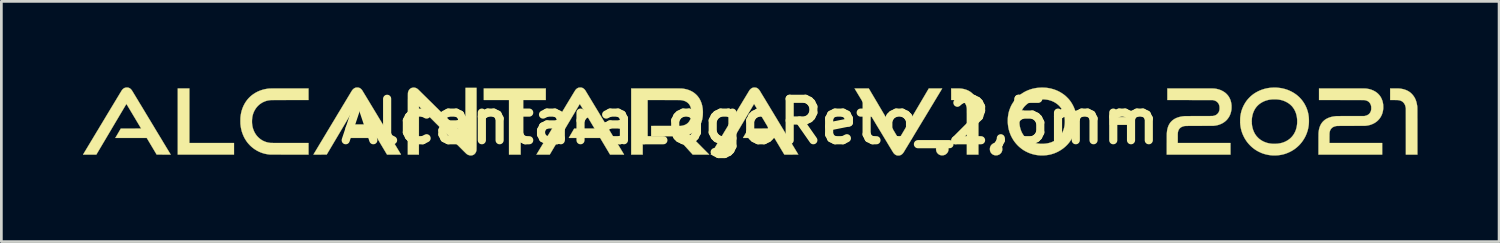
<source format=kicad_pcb>
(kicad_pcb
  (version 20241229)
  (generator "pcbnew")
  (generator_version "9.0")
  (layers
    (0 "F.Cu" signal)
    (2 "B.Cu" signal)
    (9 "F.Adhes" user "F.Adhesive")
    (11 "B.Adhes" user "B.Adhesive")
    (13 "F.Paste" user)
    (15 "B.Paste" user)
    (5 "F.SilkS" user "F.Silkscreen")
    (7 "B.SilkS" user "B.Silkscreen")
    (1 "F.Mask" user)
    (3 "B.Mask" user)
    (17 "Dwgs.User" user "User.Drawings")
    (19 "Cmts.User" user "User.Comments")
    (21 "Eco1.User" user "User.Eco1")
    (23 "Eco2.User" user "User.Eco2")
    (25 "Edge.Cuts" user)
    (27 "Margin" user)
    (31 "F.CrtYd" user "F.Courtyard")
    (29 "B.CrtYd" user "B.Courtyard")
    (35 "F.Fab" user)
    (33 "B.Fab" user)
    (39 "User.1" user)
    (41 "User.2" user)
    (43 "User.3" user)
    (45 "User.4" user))
  (footprint "AlcantaraLogoReto_2,5mm"
    (layer "F.Cu")
    (at 24.542 1.418)
    (property "Reference" "AlcantaraLogoReto_2,5mm" (at 0 0 0) (layer "F.SilkS") (effects (font (size 1.524 1.524) (thickness 0.3))))
    (attr through_hole)
    (fp_poly (pts (xy -20.627 0.792) (xy -18.986 0.792) (xy -18.986 1.217) (xy -21.054 1.217) (xy -21.054 -1.215) (xy -20.627 -1.215) (xy -20.627 0.792)) (stroke (width 0.01) (type solid)) (fill yes) (layer "F.SilkS"))
    (fp_poly (pts (xy -7.518 -0.79) (xy -8.443 -0.79) (xy -8.443 1.217) (xy -8.871 1.217) (xy -8.871 -0.79) (xy -9.334 -0.79) (xy -9.797 -0.791) (xy -9.798 -1.003) (xy -9.798 -1.215) (xy -7.518 -1.215) (xy -7.518 -0.79)) (stroke (width 0.01) (type solid)) (fill yes) (layer "F.SilkS"))
    (fp_poly (pts (xy 14.032 0.124) (xy 13.631 0.124) (xy 13.59 0.124) (xy 13.55 0.124) (xy 13.512 0.124) (xy 13.475 0.124) (xy 13.44 0.124) (xy 13.407 0.124) (xy 13.376 0.124) (xy 13.347 0.124) (xy 13.321 0.124) (xy 13.298 0.124) (xy 13.278 0.124) (xy 13.261 0.124) (xy 13.247 0.124) (xy 13.237 0.124) (xy 13.231 0.124) (xy 13.228 0.123) (xy 13.228 0.121) (xy 13.228 0.115) (xy 13.228 0.105) (xy 13.228 0.092) (xy 13.227 0.077) (xy 13.227 0.058) (xy 13.227 0.038) (xy 13.227 0.016) (xy 13.227 -0.008) (xy 13.227 -0.019) (xy 13.227 -0.161) (xy 14.034 -0.161) (xy 14.032 0.124)) (stroke (width 0.01) (type solid)) (fill yes) (layer "F.SilkS"))
    (fp_poly (pts (xy 9.074 0.791) (xy 9.101 0.796) (xy 9.127 0.804) (xy 9.13 0.805) (xy 9.155 0.817) (xy 9.178 0.832) (xy 9.2 0.85) (xy 9.22 0.87) (xy 9.237 0.892) (xy 9.25 0.915) (xy 9.261 0.943) (xy 9.268 0.971) (xy 9.272 1.001) (xy 9.272 1.031) (xy 9.268 1.06) (xy 9.261 1.089) (xy 9.251 1.115) (xy 9.24 1.135) (xy 9.229 1.152) (xy 9.215 1.168) (xy 9.207 1.177) (xy 9.184 1.198) (xy 9.158 1.215) (xy 9.131 1.228) (xy 9.103 1.237) (xy 9.072 1.243) (xy 9.04 1.244) (xy 9.038 1.244) (xy 9.026 1.244) (xy 9.014 1.243) (xy 9.003 1.242) (xy 8.998 1.241) (xy 8.969 1.234) (xy 8.942 1.224) (xy 8.916 1.21) (xy 8.893 1.192) (xy 8.872 1.172) (xy 8.854 1.149) (xy 8.839 1.123) (xy 8.827 1.096) (xy 8.821 1.071) (xy 8.817 1.043) (xy 8.816 1.015) (xy 8.817 0.987) (xy 8.821 0.96) (xy 8.828 0.935) (xy 8.831 0.928) (xy 8.844 0.901) (xy 8.86 0.876) (xy 8.879 0.854) (xy 8.901 0.835) (xy 8.925 0.818) (xy 8.951 0.805) (xy 8.963 0.801) (xy 8.988 0.794) (xy 9.016 0.79) (xy 9.045 0.789) (xy 9.074 0.791)) (stroke (width 0.01) (type solid)) (fill yes) (layer "F.SilkS"))
    (fp_poly (pts (xy 7.089 0.79) (xy 7.101 0.792) (xy 7.131 0.798) (xy 7.159 0.809) (xy 7.186 0.823) (xy 7.21 0.84) (xy 7.231 0.86) (xy 7.25 0.882) (xy 7.266 0.907) (xy 7.278 0.934) (xy 7.287 0.963) (xy 7.289 0.972) (xy 7.291 0.986) (xy 7.292 1.002) (xy 7.292 1.019) (xy 7.291 1.037) (xy 7.29 1.053) (xy 7.289 1.061) (xy 7.282 1.089) (xy 7.271 1.116) (xy 7.257 1.141) (xy 7.239 1.164) (xy 7.219 1.185) (xy 7.196 1.203) (xy 7.171 1.219) (xy 7.144 1.231) (xy 7.142 1.231) (xy 7.119 1.238) (xy 7.094 1.242) (xy 7.067 1.244) (xy 7.041 1.244) (xy 7.027 1.243) (xy 7.017 1.241) (xy 7.004 1.238) (xy 6.991 1.235) (xy 6.977 1.23) (xy 6.968 1.227) (xy 6.945 1.215) (xy 6.923 1.2) (xy 6.902 1.181) (xy 6.883 1.161) (xy 6.868 1.139) (xy 6.855 1.115) (xy 6.854 1.112) (xy 6.844 1.083) (xy 6.838 1.053) (xy 6.835 1.022) (xy 6.837 0.992) (xy 6.841 0.962) (xy 6.85 0.933) (xy 6.859 0.911) (xy 6.874 0.886) (xy 6.892 0.862) (xy 6.913 0.841) (xy 6.937 0.824) (xy 6.963 0.809) (xy 6.99 0.798) (xy 6.999 0.796) (xy 7.01 0.794) (xy 7.024 0.792) (xy 7.04 0.79) (xy 7.057 0.79) (xy 7.074 0.79) (xy 7.089 0.79)) (stroke (width 0.01) (type solid)) (fill yes) (layer "F.SilkS"))
    (fp_poly (pts (xy 23.687 -1.215) (xy 23.72 -1.215) (xy 23.75 -1.215) (xy 23.775 -1.215) (xy 23.798 -1.214) (xy 23.818 -1.214) (xy 23.836 -1.214) (xy 23.852 -1.213) (xy 23.866 -1.212) (xy 23.88 -1.211) (xy 23.892 -1.21) (xy 23.904 -1.209) (xy 23.916 -1.207) (xy 23.929 -1.206) (xy 23.931 -1.205) (xy 23.988 -1.195) (xy 24.042 -1.182) (xy 24.094 -1.165) (xy 24.143 -1.146) (xy 24.189 -1.123) (xy 24.233 -1.097) (xy 24.274 -1.068) (xy 24.312 -1.035) (xy 24.347 -0.999) (xy 24.38 -0.96) (xy 24.387 -0.951) (xy 24.414 -0.913) (xy 24.438 -0.874) (xy 24.459 -0.832) (xy 24.478 -0.788) (xy 24.494 -0.741) (xy 24.508 -0.692) (xy 24.519 -0.639) (xy 24.529 -0.583) (xy 24.534 -0.545) (xy 24.534 -0.542) (xy 24.534 -0.539) (xy 24.535 -0.536) (xy 24.535 -0.532) (xy 24.535 -0.527) (xy 24.535 -0.521) (xy 24.535 -0.515) (xy 24.536 -0.507) (xy 24.536 -0.499) (xy 24.536 -0.489) (xy 24.536 -0.478) (xy 24.536 -0.465) (xy 24.536 -0.45) (xy 24.537 -0.434) (xy 24.537 -0.416) (xy 24.537 -0.396) (xy 24.537 -0.373) (xy 24.537 -0.349) (xy 24.537 -0.322) (xy 24.537 -0.292) (xy 24.537 -0.26) (xy 24.537 -0.225) (xy 24.537 -0.187) (xy 24.537 -0.146) (xy 24.538 -0.102) (xy 24.538 -0.054) (xy 24.538 -0.003) (xy 24.538 0.051) (xy 24.538 0.109) (xy 24.538 0.171) (xy 24.538 0.237) (xy 24.538 0.306) (xy 24.538 0.352) (xy 24.539 1.217) (xy 24.115 1.217) (xy 24.115 0.368) (xy 24.114 -0.482) (xy 24.109 -0.509) (xy 24.105 -0.53) (xy 24.1 -0.551) (xy 24.095 -0.571) (xy 24.089 -0.59) (xy 24.086 -0.6) (xy 24.07 -0.633) (xy 24.052 -0.663) (xy 24.031 -0.69) (xy 24.007 -0.714) (xy 23.981 -0.735) (xy 23.952 -0.752) (xy 23.92 -0.766) (xy 23.886 -0.777) (xy 23.867 -0.781) (xy 23.858 -0.783) (xy 23.849 -0.784) (xy 23.84 -0.785) (xy 23.83 -0.786) (xy 23.82 -0.787) (xy 23.808 -0.788) (xy 23.795 -0.788) (xy 23.779 -0.789) (xy 23.762 -0.789) (xy 23.741 -0.789) (xy 23.717 -0.789) (xy 23.689 -0.79) (xy 23.669 -0.79) (xy 23.537 -0.79) (xy 23.537 -1.215) (xy 23.687 -1.215)) (stroke (width 0.01) (type solid)) (fill yes) (layer "F.SilkS"))
    (fp_poly (pts (xy 7.541 -1.215) (xy 7.574 -1.215) (xy 7.603 -1.215) (xy 7.628 -1.215) (xy 7.651 -1.214) (xy 7.671 -1.214) (xy 7.688 -1.214) (xy 7.704 -1.213) (xy 7.718 -1.212) (xy 7.731 -1.211) (xy 7.744 -1.21) (xy 7.756 -1.209) (xy 7.768 -1.208) (xy 7.781 -1.206) (xy 7.785 -1.205) (xy 7.842 -1.196) (xy 7.896 -1.182) (xy 7.947 -1.166) (xy 7.996 -1.146) (xy 8.043 -1.123) (xy 8.087 -1.097) (xy 8.128 -1.067) (xy 8.166 -1.035) (xy 8.202 -0.999) (xy 8.235 -0.96) (xy 8.265 -0.918) (xy 8.292 -0.873) (xy 8.31 -0.838) (xy 8.331 -0.79) (xy 8.349 -0.738) (xy 8.364 -0.684) (xy 8.376 -0.627) (xy 8.385 -0.567) (xy 8.39 -0.508) (xy 8.391 -0.502) (xy 8.391 -0.493) (xy 8.391 -0.479) (xy 8.391 -0.461) (xy 8.391 -0.439) (xy 8.392 -0.413) (xy 8.392 -0.382) (xy 8.392 -0.347) (xy 8.392 -0.308) (xy 8.392 -0.265) (xy 8.392 -0.218) (xy 8.392 -0.166) (xy 8.392 -0.11) (xy 8.392 -0.051) (xy 8.392 0.014) (xy 8.393 0.082) (xy 8.393 0.154) (xy 8.393 0.231) (xy 8.393 0.312) (xy 8.393 0.37) (xy 8.393 1.217) (xy 7.969 1.217) (xy 7.969 0.384) (xy 7.969 0.301) (xy 7.969 0.224) (xy 7.969 0.15) (xy 7.969 0.08) (xy 7.969 0.015) (xy 7.969 -0.046) (xy 7.969 -0.103) (xy 7.969 -0.156) (xy 7.969 -0.205) (xy 7.969 -0.25) (xy 7.969 -0.29) (xy 7.968 -0.327) (xy 7.968 -0.359) (xy 7.968 -0.388) (xy 7.968 -0.412) (xy 7.968 -0.433) (xy 7.968 -0.449) (xy 7.967 -0.461) (xy 7.967 -0.47) (xy 7.967 -0.474) (xy 7.962 -0.517) (xy 7.953 -0.556) (xy 7.942 -0.593) (xy 7.928 -0.626) (xy 7.911 -0.657) (xy 7.891 -0.684) (xy 7.869 -0.709) (xy 7.843 -0.73) (xy 7.815 -0.748) (xy 7.784 -0.762) (xy 7.751 -0.774) (xy 7.722 -0.781) (xy 7.712 -0.783) (xy 7.702 -0.784) (xy 7.695 -0.786) (xy 7.692 -0.786) (xy 7.689 -0.787) (xy 7.681 -0.787) (xy 7.671 -0.787) (xy 7.657 -0.788) (xy 7.64 -0.788) (xy 7.621 -0.788) (xy 7.6 -0.789) (xy 7.577 -0.789) (xy 7.553 -0.789) (xy 7.539 -0.789) (xy 7.392 -0.791) (xy 7.392 -1.003) (xy 7.391 -1.215) (xy 7.541 -1.215)) (stroke (width 0.01) (type solid)) (fill yes) (layer "F.SilkS"))
    (fp_poly (pts (xy -12.339 -1.243) (xy -12.31 -1.236) (xy -12.282 -1.225) (xy -12.254 -1.21) (xy -12.227 -1.19) (xy -12.222 -1.186) (xy -12.219 -1.183) (xy -12.213 -1.178) (xy -12.205 -1.17) (xy -12.194 -1.159) (xy -12.18 -1.145) (xy -12.163 -1.129) (xy -12.145 -1.111) (xy -12.123 -1.09) (xy -12.1 -1.066) (xy -12.074 -1.041) (xy -12.046 -1.013) (xy -12.016 -0.984) (xy -11.984 -0.952) (xy -11.95 -0.919) (xy -11.914 -0.884) (xy -11.877 -0.847) (xy -11.838 -0.808) (xy -11.797 -0.768) (xy -11.755 -0.727) (xy -11.712 -0.684) (xy -11.667 -0.64) (xy -11.621 -0.594) (xy -11.574 -0.548) (xy -11.526 -0.5) (xy -11.477 -0.452) (xy -11.428 -0.403) (xy -11.377 -0.353) (xy -11.337 -0.313) (xy -10.472 0.543) (xy -10.472 -0.347) (xy -10.471 -1.236) (xy -10.065 -1.236) (xy -10.065 -0.096) (xy -10.065 -0.013) (xy -10.065 0.066) (xy -10.065 0.141) (xy -10.065 0.212) (xy -10.065 0.28) (xy -10.066 0.343) (xy -10.066 0.403) (xy -10.066 0.46) (xy -10.066 0.513) (xy -10.066 0.563) (xy -10.066 0.609) (xy -10.066 0.653) (xy -10.066 0.693) (xy -10.066 0.731) (xy -10.066 0.766) (xy -10.066 0.799) (xy -10.066 0.829) (xy -10.066 0.856) (xy -10.066 0.881) (xy -10.066 0.904) (xy -10.066 0.925) (xy -10.067 0.944) (xy -10.067 0.961) (xy -10.067 0.976) (xy -10.067 0.99) (xy -10.067 1.002) (xy -10.067 1.013) (xy -10.067 1.022) (xy -10.068 1.03) (xy -10.068 1.037) (xy -10.068 1.042) (xy -10.068 1.047) (xy -10.068 1.051) (xy -10.069 1.055) (xy -10.069 1.057) (xy -10.069 1.06) (xy -10.069 1.061) (xy -10.07 1.063) (xy -10.07 1.064) (xy -10.072 1.074) (xy -10.075 1.087) (xy -10.079 1.099) (xy -10.081 1.105) (xy -10.092 1.133) (xy -10.107 1.159) (xy -10.124 1.181) (xy -10.144 1.201) (xy -10.166 1.218) (xy -10.191 1.231) (xy -10.217 1.24) (xy -10.23 1.244) (xy -10.243 1.246) (xy -10.258 1.247) (xy -10.273 1.248) (xy -10.289 1.248) (xy -10.302 1.247) (xy -10.305 1.247) (xy -10.336 1.24) (xy -10.366 1.23) (xy -10.396 1.216) (xy -10.424 1.198) (xy -10.438 1.187) (xy -10.441 1.185) (xy -10.446 1.179) (xy -10.454 1.171) (xy -10.465 1.161) (xy -10.479 1.147) (xy -10.495 1.131) (xy -10.514 1.113) (xy -10.535 1.092) (xy -10.558 1.069) (xy -10.584 1.043) (xy -10.611 1.016) (xy -10.641 0.986) (xy -10.673 0.954) (xy -10.706 0.921) (xy -10.742 0.885) (xy -10.779 0.848) (xy -10.817 0.81) (xy -10.858 0.769) (xy -10.899 0.728) (xy -10.942 0.685) (xy -10.987 0.64) (xy -11.032 0.595) (xy -11.079 0.548) (xy -11.126 0.5) (xy -11.175 0.452) (xy -11.224 0.402) (xy -11.275 0.352) (xy -11.32 0.306) (xy -12.185 -0.561) (xy -12.185 0.328) (xy -12.186 1.217) (xy -12.592 1.217) (xy -12.591 0.088) (xy -12.591 0.005) (xy -12.591 -0.073) (xy -12.591 -0.148) (xy -12.591 -0.219) (xy -12.591 -0.286) (xy -12.591 -0.349) (xy -12.591 -0.409) (xy -12.591 -0.465) (xy -12.591 -0.518) (xy -12.591 -0.568) (xy -12.591 -0.614) (xy -12.591 -0.658) (xy -12.591 -0.698) (xy -12.591 -0.736) (xy -12.591 -0.77) (xy -12.591 -0.803) (xy -12.59 -0.832) (xy -12.59 -0.859) (xy -12.59 -0.884) (xy -12.59 -0.907) (xy -12.59 -0.928) (xy -12.59 -0.946) (xy -12.59 -0.963) (xy -12.59 -0.978) (xy -12.59 -0.991) (xy -12.589 -1.003) (xy -12.589 -1.013) (xy -12.589 -1.022) (xy -12.589 -1.029) (xy -12.589 -1.036) (xy -12.589 -1.041) (xy -12.588 -1.045) (xy -12.588 -1.049) (xy -12.588 -1.052) (xy -12.588 -1.054) (xy -12.587 -1.056) (xy -12.587 -1.057) (xy -12.58 -1.087) (xy -12.571 -1.114) (xy -12.56 -1.137) (xy -12.547 -1.158) (xy -12.532 -1.178) (xy -12.527 -1.183) (xy -12.508 -1.202) (xy -12.486 -1.217) (xy -12.463 -1.229) (xy -12.438 -1.238) (xy -12.41 -1.243) (xy -12.399 -1.245) (xy -12.369 -1.246) (xy -12.339 -1.243)) (stroke (width 0.01) (type solid)) (fill yes) (layer "F.SilkS"))
    (fp_poly (pts (xy -3.453 -1.214) (xy -3.378 -1.214) (xy -3.306 -1.214) (xy -3.239 -1.214) (xy -3.176 -1.214) (xy -3.117 -1.214) (xy -3.061 -1.214) (xy -3.008 -1.214) (xy -2.959 -1.214) (xy -2.913 -1.214) (xy -2.871 -1.214) (xy -2.831 -1.214) (xy -2.794 -1.214) (xy -2.76 -1.214) (xy -2.729 -1.214) (xy -2.7 -1.214) (xy -2.673 -1.213) (xy -2.649 -1.213) (xy -2.626 -1.213) (xy -2.606 -1.213) (xy -2.588 -1.213) (xy -2.571 -1.212) (xy -2.557 -1.212) (xy -2.543 -1.212) (xy -2.531 -1.211) (xy -2.52 -1.211) (xy -2.511 -1.211) (xy -2.502 -1.21) (xy -2.495 -1.21) (xy -2.488 -1.209) (xy -2.481 -1.208) (xy -2.476 -1.208) (xy -2.47 -1.207) (xy -2.465 -1.206) (xy -2.46 -1.206) (xy -2.455 -1.205) (xy -2.45 -1.204) (xy -2.445 -1.203) (xy -2.44 -1.202) (xy -2.434 -1.201) (xy -2.428 -1.2) (xy -2.368 -1.188) (xy -2.31 -1.173) (xy -2.254 -1.154) (xy -2.201 -1.132) (xy -2.15 -1.107) (xy -2.102 -1.079) (xy -2.056 -1.047) (xy -2.014 -1.012) (xy -1.974 -0.975) (xy -1.936 -0.934) (xy -1.902 -0.89) (xy -1.871 -0.844) (xy -1.859 -0.823) (xy -1.832 -0.772) (xy -1.809 -0.719) (xy -1.789 -0.663) (xy -1.772 -0.605) (xy -1.759 -0.544) (xy -1.749 -0.481) (xy -1.743 -0.416) (xy -1.74 -0.349) (xy -1.741 -0.302) (xy -1.743 -0.238) (xy -1.749 -0.176) (xy -1.758 -0.118) (xy -1.769 -0.062) (xy -1.784 -0.009) (xy -1.802 0.042) (xy -1.823 0.091) (xy -1.847 0.139) (xy -1.875 0.185) (xy -1.906 0.229) (xy -1.915 0.241) (xy -1.924 0.253) (xy -1.936 0.266) (xy -1.949 0.281) (xy -1.964 0.296) (xy -1.98 0.312) (xy -1.995 0.327) (xy -2.01 0.34) (xy -2.023 0.352) (xy -2.034 0.361) (xy -2.075 0.391) (xy -2.116 0.417) (xy -2.158 0.44) (xy -2.202 0.461) (xy -2.207 0.464) (xy -2.218 0.468) (xy -2.227 0.473) (xy -2.234 0.476) (xy -2.239 0.479) (xy -2.239 0.48) (xy -2.239 0.48) (xy -2.237 0.482) (xy -2.234 0.486) (xy -2.23 0.49) (xy -2.224 0.496) (xy -2.216 0.504) (xy -2.208 0.513) (xy -2.197 0.523) (xy -2.185 0.536) (xy -2.171 0.55) (xy -2.155 0.566) (xy -2.137 0.584) (xy -2.118 0.604) (xy -2.096 0.626) (xy -2.072 0.65) (xy -2.046 0.676) (xy -2.018 0.704) (xy -1.987 0.735) (xy -1.954 0.768) (xy -1.919 0.804) (xy -1.881 0.842) (xy -1.84 0.883) (xy -1.797 0.927) (xy -1.751 0.973) (xy -1.702 1.022) (xy -1.65 1.074) (xy -1.628 1.097) (xy -1.509 1.217) (xy -2.114 1.217) (xy -2.422 0.879) (xy -2.731 0.542) (xy -3.643 0.542) (xy -3.643 0.165) (xy -2.552 0.164) (xy -2.522 0.159) (xy -2.478 0.15) (xy -2.437 0.139) (xy -2.398 0.124) (xy -2.363 0.107) (xy -2.331 0.087) (xy -2.302 0.064) (xy -2.275 0.038) (xy -2.252 0.009) (xy -2.23 -0.023) (xy -2.213 -0.055) (xy -2.199 -0.087) (xy -2.188 -0.119) (xy -2.178 -0.154) (xy -2.171 -0.19) (xy -2.165 -0.23) (xy -2.163 -0.254) (xy -2.162 -0.267) (xy -2.162 -0.284) (xy -2.161 -0.303) (xy -2.162 -0.323) (xy -2.162 -0.344) (xy -2.162 -0.364) (xy -2.163 -0.383) (xy -2.164 -0.4) (xy -2.166 -0.414) (xy -2.166 -0.421) (xy -2.174 -0.465) (xy -2.184 -0.505) (xy -2.197 -0.543) (xy -2.212 -0.577) (xy -2.229 -0.609) (xy -2.234 -0.616) (xy -2.256 -0.646) (xy -2.282 -0.674) (xy -2.311 -0.698) (xy -2.343 -0.72) (xy -2.377 -0.739) (xy -2.415 -0.755) (xy -2.455 -0.768) (xy -2.498 -0.778) (xy -2.543 -0.785) (xy -2.566 -0.787) (xy -2.571 -0.788) (xy -2.581 -0.788) (xy -2.594 -0.788) (xy -2.612 -0.788) (xy -2.634 -0.788) (xy -2.66 -0.789) (xy -2.69 -0.789) (xy -2.724 -0.789) (xy -2.762 -0.789) (xy -2.804 -0.789) (xy -2.85 -0.789) (xy -2.9 -0.789) (xy -2.954 -0.789) (xy -3.012 -0.789) (xy -3.074 -0.789) (xy -3.14 -0.789) (xy -3.209 -0.79) (xy -3.274 -0.79) (xy -3.954 -0.79) (xy -3.954 1.217) (xy -4.377 1.217) (xy -4.377 -1.215) (xy -3.453 -1.214)) (stroke (width 0.01) (type solid)) (fill yes) (layer "F.SilkS"))
    (fp_poly (pts (xy 7.04 -1.181) (xy 7.021 -1.149) (xy 7.001 -1.115) (xy 6.979 -1.079) (xy 6.956 -1.041) (xy 6.932 -1) (xy 6.906 -0.958) (xy 6.879 -0.914) (xy 6.852 -0.868) (xy 6.823 -0.82) (xy 6.793 -0.771) (xy 6.763 -0.721) (xy 6.732 -0.669) (xy 6.7 -0.616) (xy 6.667 -0.562) (xy 6.634 -0.507) (xy 6.601 -0.452) (xy 6.567 -0.395) (xy 6.532 -0.338) (xy 6.498 -0.281) (xy 6.463 -0.223) (xy 6.428 -0.165) (xy 6.393 -0.107) (xy 6.357 -0.049) (xy 6.322 0.009) (xy 6.287 0.067) (xy 6.253 0.124) (xy 6.218 0.181) (xy 6.184 0.238) (xy 6.15 0.294) (xy 6.117 0.349) (xy 6.084 0.403) (xy 6.052 0.456) (xy 6.021 0.508) (xy 5.99 0.559) (xy 5.961 0.608) (xy 5.932 0.656) (xy 5.904 0.702) (xy 5.877 0.747) (xy 5.851 0.79) (xy 5.826 0.83) (xy 5.803 0.869) (xy 5.781 0.906) (xy 5.76 0.94) (xy 5.74 0.972) (xy 5.723 1.001) (xy 5.706 1.028) (xy 5.692 1.052) (xy 5.679 1.074) (xy 5.668 1.092) (xy 5.659 1.107) (xy 5.651 1.119) (xy 5.646 1.128) (xy 5.643 1.133) (xy 5.642 1.135) (xy 5.621 1.163) (xy 5.599 1.188) (xy 5.576 1.208) (xy 5.551 1.225) (xy 5.526 1.237) (xy 5.499 1.246) (xy 5.494 1.247) (xy 5.481 1.249) (xy 5.466 1.25) (xy 5.45 1.251) (xy 5.434 1.251) (xy 5.42 1.25) (xy 5.412 1.249) (xy 5.4 1.246) (xy 5.386 1.242) (xy 5.372 1.238) (xy 5.36 1.233) (xy 5.345 1.225) (xy 5.328 1.213) (xy 5.311 1.2) (xy 5.295 1.184) (xy 5.279 1.168) (xy 5.266 1.15) (xy 5.263 1.146) (xy 5.261 1.143) (xy 5.257 1.137) (xy 5.251 1.127) (xy 5.243 1.114) (xy 5.233 1.097) (xy 5.221 1.078) (xy 5.207 1.055) (xy 5.192 1.03) (xy 5.175 1.001) (xy 5.156 0.97) (xy 5.135 0.937) (xy 5.113 0.9) (xy 5.09 0.862) (xy 5.065 0.82) (xy 5.039 0.777) (xy 5.012 0.731) (xy 4.983 0.684) (xy 4.953 0.634) (xy 4.922 0.583) (xy 4.89 0.53) (xy 4.857 0.475) (xy 4.823 0.418) (xy 4.788 0.36) (xy 4.752 0.301) (xy 4.715 0.24) (xy 4.678 0.179) (xy 4.64 0.116) (xy 4.602 0.052) (xy 4.563 -0.013) (xy 4.545 -0.043) (xy 3.84 -1.214) (xy 4.099 -1.214) (xy 4.139 -1.215) (xy 4.175 -1.215) (xy 4.208 -1.215) (xy 4.236 -1.215) (xy 4.261 -1.215) (xy 4.283 -1.214) (xy 4.301 -1.214) (xy 4.317 -1.214) (xy 4.33 -1.214) (xy 4.341 -1.214) (xy 4.349 -1.214) (xy 4.355 -1.213) (xy 4.359 -1.213) (xy 4.361 -1.213) (xy 4.362 -1.212) (xy 4.363 -1.21) (xy 4.366 -1.205) (xy 4.371 -1.196) (xy 4.379 -1.184) (xy 4.388 -1.168) (xy 4.399 -1.15) (xy 4.412 -1.128) (xy 4.426 -1.104) (xy 4.442 -1.076) (xy 4.46 -1.046) (xy 4.479 -1.014) (xy 4.5 -0.979) (xy 4.522 -0.942) (xy 4.545 -0.902) (xy 4.57 -0.861) (xy 4.596 -0.817) (xy 4.623 -0.771) (xy 4.651 -0.724) (xy 4.68 -0.675) (xy 4.71 -0.624) (xy 4.74 -0.572) (xy 4.772 -0.519) (xy 4.804 -0.464) (xy 4.838 -0.408) (xy 4.871 -0.351) (xy 4.905 -0.293) (xy 4.915 -0.277) (xy 4.955 -0.209) (xy 4.994 -0.142) (xy 5.032 -0.078) (xy 5.069 -0.017) (xy 5.104 0.043) (xy 5.138 0.1) (xy 5.17 0.155) (xy 5.201 0.207) (xy 5.231 0.257) (xy 5.259 0.304) (xy 5.285 0.349) (xy 5.31 0.39) (xy 5.333 0.429) (xy 5.354 0.465) (xy 5.374 0.499) (xy 5.392 0.529) (xy 5.408 0.556) (xy 5.423 0.58) (xy 5.435 0.6) (xy 5.446 0.618) (xy 5.454 0.632) (xy 5.461 0.643) (xy 5.465 0.65) (xy 5.468 0.654) (xy 5.468 0.654) (xy 5.469 0.652) (xy 5.472 0.647) (xy 5.478 0.638) (xy 5.485 0.626) (xy 5.494 0.61) (xy 5.505 0.592) (xy 5.518 0.57) (xy 5.532 0.546) (xy 5.548 0.519) (xy 5.566 0.489) (xy 5.585 0.456) (xy 5.606 0.421) (xy 5.628 0.384) (xy 5.651 0.345) (xy 5.676 0.303) (xy 5.701 0.259) (xy 5.728 0.214) (xy 5.756 0.166) (xy 5.785 0.117) (xy 5.815 0.067) (xy 5.846 0.014) (xy 5.877 -0.039) (xy 5.909 -0.094) (xy 5.942 -0.15) (xy 5.976 -0.207) (xy 6.01 -0.265) (xy 6.02 -0.281) (xy 6.569 -1.214) (xy 6.815 -1.214) (xy 7.061 -1.215) (xy 7.04 -1.181)) (stroke (width 0.01) (type solid)) (fill yes) (layer "F.SilkS"))
    (fp_poly (pts (xy -22.896 -1.247) (xy -22.868 -1.242) (xy -22.843 -1.233) (xy -22.819 -1.221) (xy -22.814 -1.218) (xy -22.804 -1.21) (xy -22.792 -1.2) (xy -22.779 -1.187) (xy -22.766 -1.174) (xy -22.754 -1.16) (xy -22.743 -1.146) (xy -22.737 -1.137) (xy -22.735 -1.133) (xy -22.731 -1.127) (xy -22.724 -1.116) (xy -22.716 -1.102) (xy -22.705 -1.085) (xy -22.693 -1.065) (xy -22.679 -1.041) (xy -22.662 -1.014) (xy -22.644 -0.984) (xy -22.624 -0.951) (xy -22.602 -0.915) (xy -22.579 -0.876) (xy -22.553 -0.834) (xy -22.526 -0.79) (xy -22.498 -0.742) (xy -22.468 -0.692) (xy -22.436 -0.64) (xy -22.402 -0.584) (xy -22.367 -0.527) (xy -22.331 -0.467) (xy -22.293 -0.404) (xy -22.254 -0.339) (xy -22.214 -0.272) (xy -22.172 -0.203) (xy -22.129 -0.131) (xy -22.084 -0.058) (xy -22.039 0.017) (xy -21.992 0.095) (xy -21.944 0.174) (xy -21.896 0.255) (xy -21.846 0.338) (xy -21.795 0.422) (xy -21.743 0.508) (xy -21.69 0.595) (xy -21.636 0.684) (xy -21.582 0.775) (xy -21.526 0.867) (xy -21.47 0.96) (xy -21.413 1.054) (xy -21.382 1.105) (xy -21.315 1.217) (xy -21.573 1.217) (xy -21.83 1.216) (xy -22.012 0.911) (xy -22.194 0.606) (xy -22.772 0.605) (xy -23.349 0.604) (xy -23.249 0.433) (xy -23.149 0.261) (xy -22.774 0.261) (xy -22.735 0.261) (xy -22.697 0.261) (xy -22.66 0.261) (xy -22.624 0.261) (xy -22.591 0.26) (xy -22.559 0.26) (xy -22.53 0.26) (xy -22.503 0.26) (xy -22.479 0.26) (xy -22.458 0.26) (xy -22.439 0.259) (xy -22.425 0.259) (xy -22.413 0.259) (xy -22.405 0.259) (xy -22.401 0.259) (xy -22.401 0.259) (xy -22.402 0.256) (xy -22.405 0.251) (xy -22.411 0.242) (xy -22.418 0.23) (xy -22.426 0.215) (xy -22.437 0.198) (xy -22.449 0.178) (xy -22.462 0.156) (xy -22.476 0.132) (xy -22.492 0.105) (xy -22.509 0.078) (xy -22.526 0.048) (xy -22.545 0.017) (xy -22.564 -0.015) (xy -22.584 -0.048) (xy -22.604 -0.082) (xy -22.624 -0.116) (xy -22.645 -0.151) (xy -22.666 -0.186) (xy -22.687 -0.221) (xy -22.708 -0.256) (xy -22.729 -0.291) (xy -22.749 -0.325) (xy -22.769 -0.358) (xy -22.789 -0.391) (xy -22.807 -0.422) (xy -22.825 -0.453) (xy -22.843 -0.481) (xy -22.859 -0.508) (xy -22.874 -0.534) (xy -22.888 -0.557) (xy -22.901 -0.578) (xy -22.912 -0.597) (xy -22.921 -0.613) (xy -22.929 -0.626) (xy -22.936 -0.636) (xy -22.94 -0.643) (xy -22.942 -0.647) (xy -22.943 -0.648) (xy -22.944 -0.646) (xy -22.947 -0.64) (xy -22.952 -0.632) (xy -22.959 -0.62) (xy -22.969 -0.604) (xy -22.979 -0.586) (xy -22.992 -0.564) (xy -23.007 -0.54) (xy -23.023 -0.513) (xy -23.04 -0.483) (xy -23.06 -0.451) (xy -23.08 -0.416) (xy -23.102 -0.379) (xy -23.126 -0.34) (xy -23.15 -0.298) (xy -23.176 -0.255) (xy -23.203 -0.209) (xy -23.231 -0.162) (xy -23.26 -0.113) (xy -23.29 -0.063) (xy -23.321 -0.011) (xy -23.353 0.043) (xy -23.385 0.097) (xy -23.418 0.153) (xy -23.452 0.21) (xy -23.486 0.268) (xy -23.496 0.285) (xy -24.049 1.217) (xy -24.537 1.217) (xy -24.533 1.21) (xy -24.531 1.208) (xy -24.528 1.202) (xy -24.522 1.193) (xy -24.515 1.181) (xy -24.505 1.165) (xy -24.494 1.146) (xy -24.481 1.124) (xy -24.466 1.099) (xy -24.449 1.072) (xy -24.431 1.041) (xy -24.411 1.008) (xy -24.389 0.972) (xy -24.366 0.934) (xy -24.342 0.893) (xy -24.316 0.851) (xy -24.289 0.806) (xy -24.261 0.758) (xy -24.231 0.709) (xy -24.2 0.658) (xy -24.169 0.606) (xy -24.136 0.551) (xy -24.102 0.495) (xy -24.067 0.437) (xy -24.032 0.378) (xy -23.995 0.318) (xy -23.958 0.257) (xy -23.921 0.194) (xy -23.882 0.13) (xy -23.843 0.066) (xy -23.824 0.034) (xy -23.785 -0.031) (xy -23.746 -0.095) (xy -23.708 -0.159) (xy -23.671 -0.221) (xy -23.634 -0.282) (xy -23.598 -0.342) (xy -23.563 -0.4) (xy -23.528 -0.458) (xy -23.495 -0.513) (xy -23.462 -0.567) (xy -23.431 -0.619) (xy -23.4 -0.669) (xy -23.371 -0.718) (xy -23.343 -0.764) (xy -23.316 -0.808) (xy -23.291 -0.851) (xy -23.267 -0.89) (xy -23.244 -0.928) (xy -23.223 -0.962) (xy -23.204 -0.995) (xy -23.186 -1.024) (xy -23.17 -1.051) (xy -23.155 -1.074) (xy -23.143 -1.095) (xy -23.132 -1.113) (xy -23.123 -1.127) (xy -23.116 -1.139) (xy -23.111 -1.146) (xy -23.109 -1.151) (xy -23.108 -1.151) (xy -23.095 -1.167) (xy -23.08 -1.183) (xy -23.065 -1.198) (xy -23.049 -1.21) (xy -23.041 -1.216) (xy -23.018 -1.229) (xy -22.994 -1.239) (xy -22.968 -1.245) (xy -22.94 -1.248) (xy -22.926 -1.249) (xy -22.896 -1.247)) (stroke (width 0.01) (type solid)) (fill yes) (layer "F.SilkS"))
    (fp_poly (pts (xy -16.245 -0.79) (xy -16.924 -0.79) (xy -17 -0.79) (xy -17.071 -0.789) (xy -17.137 -0.789) (xy -17.2 -0.789) (xy -17.258 -0.789) (xy -17.312 -0.789) (xy -17.362 -0.789) (xy -17.408 -0.789) (xy -17.449 -0.789) (xy -17.487 -0.789) (xy -17.52 -0.789) (xy -17.549 -0.788) (xy -17.573 -0.788) (xy -17.593 -0.788) (xy -17.61 -0.788) (xy -17.622 -0.788) (xy -17.629 -0.787) (xy -17.632 -0.787) (xy -17.688 -0.781) (xy -17.741 -0.772) (xy -17.793 -0.759) (xy -17.843 -0.742) (xy -17.893 -0.721) (xy -17.913 -0.712) (xy -17.962 -0.686) (xy -18.007 -0.656) (xy -18.051 -0.624) (xy -18.091 -0.588) (xy -18.129 -0.549) (xy -18.163 -0.508) (xy -18.195 -0.463) (xy -18.223 -0.416) (xy -18.249 -0.367) (xy -18.271 -0.315) (xy -18.282 -0.283) (xy -18.296 -0.237) (xy -18.307 -0.191) (xy -18.315 -0.144) (xy -18.32 -0.094) (xy -18.323 -0.043) (xy -18.324 -0.005) (xy -18.323 0.05) (xy -18.319 0.102) (xy -18.312 0.151) (xy -18.303 0.199) (xy -18.291 0.246) (xy -18.275 0.293) (xy -18.265 0.32) (xy -18.243 0.372) (xy -18.218 0.42) (xy -18.19 0.466) (xy -18.159 0.509) (xy -18.125 0.55) (xy -18.092 0.584) (xy -18.051 0.621) (xy -18.007 0.655) (xy -17.962 0.685) (xy -17.914 0.712) (xy -17.864 0.734) (xy -17.813 0.753) (xy -17.759 0.769) (xy -17.705 0.78) (xy -17.648 0.788) (xy -17.63 0.789) (xy -17.625 0.79) (xy -17.615 0.79) (xy -17.602 0.79) (xy -17.584 0.79) (xy -17.562 0.79) (xy -17.536 0.791) (xy -17.506 0.791) (xy -17.472 0.791) (xy -17.435 0.791) (xy -17.393 0.791) (xy -17.347 0.791) (xy -17.298 0.791) (xy -17.245 0.791) (xy -17.188 0.792) (xy -17.127 0.792) (xy -17.062 0.792) (xy -16.994 0.792) (xy -16.923 0.792) (xy -16.245 0.792) (xy -16.245 1.217) (xy -16.943 1.217) (xy -16.998 1.217) (xy -17.051 1.217) (xy -17.103 1.217) (xy -17.153 1.217) (xy -17.202 1.217) (xy -17.249 1.217) (xy -17.295 1.216) (xy -17.338 1.216) (xy -17.38 1.216) (xy -17.419 1.216) (xy -17.455 1.216) (xy -17.489 1.216) (xy -17.52 1.216) (xy -17.548 1.216) (xy -17.573 1.216) (xy -17.595 1.216) (xy -17.613 1.216) (xy -17.628 1.216) (xy -17.639 1.216) (xy -17.646 1.216) (xy -17.649 1.216) (xy -17.649 1.216) (xy -17.654 1.215) (xy -17.662 1.215) (xy -17.672 1.214) (xy -17.683 1.213) (xy -17.684 1.213) (xy -17.751 1.205) (xy -17.817 1.193) (xy -17.883 1.178) (xy -17.947 1.158) (xy -18.01 1.135) (xy -18.072 1.108) (xy -18.132 1.077) (xy -18.19 1.043) (xy -18.246 1.006) (xy -18.3 0.965) (xy -18.352 0.922) (xy -18.401 0.875) (xy -18.447 0.826) (xy -18.491 0.774) (xy -18.531 0.719) (xy -18.535 0.712) (xy -18.565 0.666) (xy -18.592 0.62) (xy -18.617 0.574) (xy -18.631 0.543) (xy -18.655 0.488) (xy -18.676 0.433) (xy -18.695 0.378) (xy -18.71 0.321) (xy -18.724 0.263) (xy -18.735 0.202) (xy -18.743 0.139) (xy -18.748 0.098) (xy -18.749 0.088) (xy -18.749 0.074) (xy -18.75 0.057) (xy -18.75 0.038) (xy -18.75 0.017) (xy -18.751 -0.005) (xy -18.751 -0.028) (xy -18.75 -0.051) (xy -18.75 -0.073) (xy -18.75 -0.094) (xy -18.749 -0.113) (xy -18.749 -0.129) (xy -18.748 -0.142) (xy -18.748 -0.149) (xy -18.74 -0.218) (xy -18.729 -0.284) (xy -18.716 -0.347) (xy -18.699 -0.409) (xy -18.68 -0.468) (xy -18.657 -0.527) (xy -18.632 -0.584) (xy -18.624 -0.599) (xy -18.592 -0.659) (xy -18.557 -0.716) (xy -18.519 -0.77) (xy -18.478 -0.822) (xy -18.434 -0.87) (xy -18.387 -0.916) (xy -18.338 -0.958) (xy -18.283 -0.999) (xy -18.225 -1.037) (xy -18.166 -1.072) (xy -18.104 -1.103) (xy -18.04 -1.13) (xy -17.974 -1.154) (xy -17.906 -1.174) (xy -17.837 -1.19) (xy -17.766 -1.202) (xy -17.766 -1.202) (xy -17.759 -1.203) (xy -17.753 -1.204) (xy -17.746 -1.205) (xy -17.741 -1.206) (xy -17.735 -1.207) (xy -17.729 -1.207) (xy -17.723 -1.208) (xy -17.717 -1.209) (xy -17.711 -1.209) (xy -17.703 -1.21) (xy -17.696 -1.21) (xy -17.687 -1.211) (xy -17.677 -1.211) (xy -17.666 -1.212) (xy -17.654 -1.212) (xy -17.64 -1.212) (xy -17.625 -1.213) (xy -17.608 -1.213) (xy -17.589 -1.213) (xy -17.568 -1.213) (xy -17.545 -1.213) (xy -17.52 -1.214) (xy -17.492 -1.214) (xy -17.462 -1.214) (xy -17.429 -1.214) (xy -17.393 -1.214) (xy -17.354 -1.214) (xy -17.311 -1.214) (xy -17.266 -1.214) (xy -17.217 -1.214) (xy -17.164 -1.214) (xy -17.108 -1.214) (xy -17.048 -1.214) (xy -16.983 -1.214) (xy -16.958 -1.214) (xy -16.245 -1.215) (xy -16.245 -0.79)) (stroke (width 0.01) (type solid)) (fill yes) (layer "F.SilkS"))
    (fp_poly (pts (xy -6.235 -1.247) (xy -6.224 -1.247) (xy -6.216 -1.247) (xy -6.209 -1.246) (xy -6.203 -1.245) (xy -6.197 -1.244) (xy -6.19 -1.242) (xy -6.164 -1.231) (xy -6.138 -1.217) (xy -6.115 -1.199) (xy -6.092 -1.177) (xy -6.07 -1.151) (xy -6.065 -1.144) (xy -6.064 -1.142) (xy -6.06 -1.136) (xy -6.055 -1.127) (xy -6.047 -1.114) (xy -6.038 -1.099) (xy -6.026 -1.08) (xy -6.013 -1.058) (xy -5.999 -1.034) (xy -5.982 -1.007) (xy -5.964 -0.977) (xy -5.945 -0.945) (xy -5.924 -0.911) (xy -5.902 -0.874) (xy -5.878 -0.835) (xy -5.854 -0.795) (xy -5.828 -0.752) (xy -5.801 -0.707) (xy -5.773 -0.661) (xy -5.745 -0.614) (xy -5.715 -0.565) (xy -5.685 -0.515) (xy -5.653 -0.463) (xy -5.622 -0.411) (xy -5.589 -0.357) (xy -5.557 -0.303) (xy -5.524 -0.248) (xy -5.49 -0.193) (xy -5.456 -0.137) (xy -5.422 -0.08) (xy -5.388 -0.024) (xy -5.354 0.033) (xy -5.319 0.09) (xy -5.285 0.146) (xy -5.251 0.203) (xy -5.217 0.259) (xy -5.184 0.314) (xy -5.151 0.369) (xy -5.118 0.423) (xy -5.086 0.477) (xy -5.054 0.529) (xy -5.023 0.581) (xy -4.993 0.631) (xy -4.963 0.68) (xy -4.934 0.728) (xy -4.906 0.774) (xy -4.88 0.818) (xy -4.854 0.861) (xy -4.829 0.902) (xy -4.806 0.941) (xy -4.783 0.977) (xy -4.763 1.012) (xy -4.743 1.044) (xy -4.725 1.074) (xy -4.709 1.101) (xy -4.694 1.126) (xy -4.681 1.147) (xy -4.67 1.166) (xy -4.66 1.182) (xy -4.653 1.195) (xy -4.647 1.204) (xy -4.644 1.21) (xy -4.642 1.212) (xy -4.64 1.217) (xy -5.154 1.217) (xy -5.336 0.911) (xy -5.519 0.605) (xy -6.096 0.605) (xy -6.154 0.605) (xy -6.209 0.605) (xy -6.26 0.605) (xy -6.307 0.605) (xy -6.35 0.605) (xy -6.39 0.605) (xy -6.426 0.605) (xy -6.46 0.605) (xy -6.49 0.605) (xy -6.517 0.605) (xy -6.541 0.605) (xy -6.563 0.605) (xy -6.582 0.605) (xy -6.599 0.605) (xy -6.614 0.605) (xy -6.626 0.604) (xy -6.637 0.604) (xy -6.646 0.604) (xy -6.653 0.604) (xy -6.659 0.604) (xy -6.664 0.603) (xy -6.667 0.603) (xy -6.669 0.603) (xy -6.67 0.603) (xy -6.671 0.602) (xy -6.671 0.602) (xy -6.67 0.6) (xy -6.666 0.594) (xy -6.661 0.585) (xy -6.655 0.574) (xy -6.646 0.559) (xy -6.637 0.543) (xy -6.626 0.524) (xy -6.614 0.504) (xy -6.601 0.481) (xy -6.587 0.458) (xy -6.573 0.434) (xy -6.571 0.43) (xy -6.473 0.261) (xy -6.099 0.26) (xy -5.724 0.259) (xy -5.995 -0.194) (xy -6.025 -0.244) (xy -6.052 -0.29) (xy -6.078 -0.333) (xy -6.101 -0.372) (xy -6.123 -0.408) (xy -6.143 -0.441) (xy -6.161 -0.471) (xy -6.177 -0.498) (xy -6.192 -0.523) (xy -6.205 -0.545) (xy -6.217 -0.564) (xy -6.228 -0.581) (xy -6.237 -0.596) (xy -6.244 -0.609) (xy -6.251 -0.619) (xy -6.256 -0.628) (xy -6.261 -0.634) (xy -6.264 -0.639) (xy -6.266 -0.643) (xy -6.268 -0.644) (xy -6.269 -0.645) (xy -6.269 -0.645) (xy -6.27 -0.643) (xy -6.273 -0.637) (xy -6.278 -0.628) (xy -6.286 -0.616) (xy -6.295 -0.601) (xy -6.306 -0.582) (xy -6.319 -0.56) (xy -6.333 -0.536) (xy -6.349 -0.509) (xy -6.367 -0.479) (xy -6.387 -0.446) (xy -6.407 -0.411) (xy -6.429 -0.374) (xy -6.453 -0.335) (xy -6.477 -0.293) (xy -6.503 -0.25) (xy -6.53 -0.204) (xy -6.558 -0.157) (xy -6.587 -0.108) (xy -6.617 -0.057) (xy -6.648 -0.005) (xy -6.68 0.048) (xy -6.713 0.103) (xy -6.746 0.159) (xy -6.779 0.216) (xy -6.814 0.274) (xy -6.822 0.288) (xy -7.373 1.217) (xy -7.861 1.217) (xy -7.152 0.04) (xy -7.107 -0.036) (xy -7.062 -0.11) (xy -7.018 -0.182) (xy -6.976 -0.252) (xy -6.935 -0.32) (xy -6.896 -0.386) (xy -6.857 -0.449) (xy -6.82 -0.51) (xy -6.785 -0.569) (xy -6.751 -0.626) (xy -6.718 -0.68) (xy -6.687 -0.731) (xy -6.658 -0.78) (xy -6.63 -0.826) (xy -6.603 -0.869) (xy -6.579 -0.91) (xy -6.556 -0.948) (xy -6.535 -0.983) (xy -6.516 -1.014) (xy -6.498 -1.043) (xy -6.483 -1.069) (xy -6.469 -1.091) (xy -6.457 -1.11) (xy -6.448 -1.126) (xy -6.44 -1.138) (xy -6.435 -1.147) (xy -6.431 -1.152) (xy -6.43 -1.154) (xy -6.42 -1.166) (xy -6.409 -1.178) (xy -6.397 -1.19) (xy -6.385 -1.201) (xy -6.373 -1.211) (xy -6.366 -1.216) (xy -6.347 -1.227) (xy -6.326 -1.236) (xy -6.307 -1.243) (xy -6.3 -1.245) (xy -6.293 -1.246) (xy -6.286 -1.247) (xy -6.278 -1.247) (xy -6.267 -1.247) (xy -6.253 -1.248) (xy -6.249 -1.248) (xy -6.235 -1.247)) (stroke (width 0.01) (type solid)) (fill yes) (layer "F.SilkS"))
    (fp_poly (pts (xy 10.808 -1.244) (xy 10.877 -1.24) (xy 10.945 -1.232) (xy 11.011 -1.22) (xy 11.038 -1.215) (xy 11.111 -1.196) (xy 11.183 -1.175) (xy 11.252 -1.149) (xy 11.318 -1.12) (xy 11.383 -1.087) (xy 11.446 -1.05) (xy 11.506 -1.01) (xy 11.565 -0.967) (xy 11.585 -0.95) (xy 11.595 -0.941) (xy 11.607 -0.93) (xy 11.621 -0.917) (xy 11.637 -0.902) (xy 11.652 -0.887) (xy 11.668 -0.871) (xy 11.683 -0.856) (xy 11.697 -0.842) (xy 11.709 -0.828) (xy 11.719 -0.817) (xy 11.724 -0.812) (xy 11.768 -0.756) (xy 11.808 -0.698) (xy 11.845 -0.638) (xy 11.878 -0.576) (xy 11.907 -0.514) (xy 11.933 -0.45) (xy 11.954 -0.384) (xy 11.955 -0.381) (xy 11.972 -0.314) (xy 11.985 -0.246) (xy 11.995 -0.177) (xy 12.001 -0.106) (xy 12.004 -0.036) (xy 12.002 0.035) (xy 11.998 0.105) (xy 11.989 0.175) (xy 11.977 0.244) (xy 11.961 0.312) (xy 11.942 0.377) (xy 11.92 0.441) (xy 11.891 0.51) (xy 11.859 0.576) (xy 11.823 0.639) (xy 11.784 0.7) (xy 11.742 0.759) (xy 11.697 0.814) (xy 11.648 0.867) (xy 11.597 0.917) (xy 11.543 0.964) (xy 11.486 1.008) (xy 11.426 1.048) (xy 11.364 1.086) (xy 11.299 1.12) (xy 11.245 1.145) (xy 11.179 1.172) (xy 11.111 1.194) (xy 11.042 1.213) (xy 10.971 1.228) (xy 10.9 1.238) (xy 10.827 1.245) (xy 10.753 1.248) (xy 10.679 1.247) (xy 10.669 1.247) (xy 10.595 1.241) (xy 10.522 1.231) (xy 10.451 1.217) (xy 10.38 1.199) (xy 10.312 1.178) (xy 10.244 1.152) (xy 10.178 1.122) (xy 10.114 1.089) (xy 10.056 1.055) (xy 9.997 1.015) (xy 9.941 0.972) (xy 9.887 0.926) (xy 9.836 0.877) (xy 9.788 0.825) (xy 9.742 0.77) (xy 9.7 0.713) (xy 9.661 0.653) (xy 9.626 0.592) (xy 9.593 0.528) (xy 9.565 0.462) (xy 9.54 0.395) (xy 9.519 0.326) (xy 9.511 0.297) (xy 9.497 0.232) (xy 9.486 0.165) (xy 9.478 0.097) (xy 9.474 0.028) (xy 9.473 0.007) (xy 9.9 0.007) (xy 9.9 0.023) (xy 9.903 0.068) (xy 9.906 0.11) (xy 9.911 0.149) (xy 9.918 0.189) (xy 9.927 0.228) (xy 9.93 0.24) (xy 9.946 0.297) (xy 9.966 0.35) (xy 9.989 0.402) (xy 10.016 0.451) (xy 10.045 0.497) (xy 10.079 0.54) (xy 10.115 0.581) (xy 10.154 0.619) (xy 10.197 0.654) (xy 10.242 0.687) (xy 10.291 0.716) (xy 10.343 0.742) (xy 10.372 0.755) (xy 10.416 0.772) (xy 10.464 0.787) (xy 10.513 0.799) (xy 10.565 0.809) (xy 10.618 0.816) (xy 10.648 0.819) (xy 10.66 0.82) (xy 10.676 0.82) (xy 10.695 0.821) (xy 10.714 0.821) (xy 10.735 0.821) (xy 10.756 0.821) (xy 10.775 0.821) (xy 10.793 0.82) (xy 10.808 0.82) (xy 10.817 0.819) (xy 10.875 0.813) (xy 10.93 0.805) (xy 10.983 0.793) (xy 11.034 0.779) (xy 11.081 0.763) (xy 11.084 0.762) (xy 11.138 0.738) (xy 11.189 0.711) (xy 11.237 0.682) (xy 11.282 0.649) (xy 11.324 0.614) (xy 11.363 0.575) (xy 11.399 0.534) (xy 11.432 0.49) (xy 11.461 0.444) (xy 11.487 0.395) (xy 11.51 0.343) (xy 11.529 0.289) (xy 11.545 0.232) (xy 11.557 0.179) (xy 11.565 0.122) (xy 11.57 0.065) (xy 11.572 0.006) (xy 11.571 -0.053) (xy 11.567 -0.111) (xy 11.564 -0.137) (xy 11.556 -0.19) (xy 11.544 -0.242) (xy 11.529 -0.294) (xy 11.511 -0.344) (xy 11.491 -0.392) (xy 11.467 -0.438) (xy 11.451 -0.466) (xy 11.421 -0.509) (xy 11.389 -0.549) (xy 11.353 -0.588) (xy 11.314 -0.623) (xy 11.272 -0.656) (xy 11.227 -0.686) (xy 11.18 -0.714) (xy 11.131 -0.738) (xy 11.08 -0.759) (xy 11.026 -0.777) (xy 10.971 -0.792) (xy 10.924 -0.801) (xy 10.867 -0.809) (xy 10.809 -0.814) (xy 10.75 -0.816) (xy 10.692 -0.816) (xy 10.633 -0.812) (xy 10.576 -0.805) (xy 10.521 -0.796) (xy 10.484 -0.787) (xy 10.429 -0.771) (xy 10.375 -0.752) (xy 10.324 -0.73) (xy 10.275 -0.704) (xy 10.229 -0.676) (xy 10.185 -0.644) (xy 10.144 -0.61) (xy 10.106 -0.573) (xy 10.071 -0.534) (xy 10.04 -0.492) (xy 10.028 -0.475) (xy 10.001 -0.43) (xy 9.978 -0.382) (xy 9.957 -0.332) (xy 9.939 -0.279) (xy 9.925 -0.224) (xy 9.913 -0.168) (xy 9.906 -0.111) (xy 9.901 -0.052) (xy 9.9 0.007) (xy 9.473 0.007) (xy 9.473 -0.041) (xy 9.475 -0.11) (xy 9.481 -0.178) (xy 9.491 -0.245) (xy 9.503 -0.311) (xy 9.519 -0.374) (xy 9.52 -0.375) (xy 9.541 -0.441) (xy 9.566 -0.505) (xy 9.594 -0.569) (xy 9.627 -0.631) (xy 9.663 -0.69) (xy 9.702 -0.748) (xy 9.703 -0.749) (xy 9.745 -0.804) (xy 9.79 -0.856) (xy 9.839 -0.904) (xy 9.89 -0.95) (xy 9.944 -0.993) (xy 10.001 -1.033) (xy 10.06 -1.07) (xy 10.122 -1.104) (xy 10.186 -1.134) (xy 10.253 -1.161) (xy 10.321 -1.185) (xy 10.392 -1.205) (xy 10.398 -1.206) (xy 10.463 -1.22) (xy 10.529 -1.232) (xy 10.598 -1.239) (xy 10.668 -1.244) (xy 10.738 -1.246) (xy 10.808 -1.244)) (stroke (width 0.01) (type solid)) (fill yes) (layer "F.SilkS"))
    (fp_poly (pts (xy 0.167 -1.248) (xy 0.194 -1.246) (xy 0.218 -1.242) (xy 0.239 -1.235) (xy 0.259 -1.225) (xy 0.277 -1.213) (xy 0.287 -1.205) (xy 0.299 -1.194) (xy 0.311 -1.182) (xy 0.323 -1.169) (xy 0.334 -1.156) (xy 0.342 -1.145) (xy 0.342 -1.145) (xy 0.344 -1.142) (xy 0.348 -1.136) (xy 0.354 -1.127) (xy 0.362 -1.114) (xy 0.372 -1.097) (xy 0.383 -1.078) (xy 0.397 -1.056) (xy 0.412 -1.03) (xy 0.429 -1.002) (xy 0.448 -0.971) (xy 0.469 -0.938) (xy 0.49 -0.901) (xy 0.514 -0.863) (xy 0.539 -0.822) (xy 0.565 -0.779) (xy 0.592 -0.733) (xy 0.621 -0.686) (xy 0.651 -0.636) (xy 0.682 -0.585) (xy 0.714 -0.532) (xy 0.747 -0.477) (xy 0.781 -0.421) (xy 0.816 -0.363) (xy 0.852 -0.304) (xy 0.888 -0.243) (xy 0.926 -0.181) (xy 0.964 -0.119) (xy 1.002 -0.055) (xy 1.041 0.01) (xy 1.061 0.043) (xy 1.769 1.216) (xy 1.514 1.217) (xy 1.481 1.217) (xy 1.45 1.217) (xy 1.42 1.217) (xy 1.392 1.217) (xy 1.365 1.217) (xy 1.341 1.217) (xy 1.32 1.217) (xy 1.301 1.217) (xy 1.285 1.217) (xy 1.272 1.217) (xy 1.263 1.216) (xy 1.258 1.216) (xy 1.256 1.216) (xy 1.255 1.214) (xy 1.252 1.209) (xy 1.246 1.201) (xy 1.239 1.189) (xy 1.23 1.174) (xy 1.22 1.157) (xy 1.208 1.137) (xy 1.195 1.115) (xy 1.18 1.091) (xy 1.164 1.065) (xy 1.148 1.037) (xy 1.13 1.008) (xy 1.112 0.977) (xy 1.093 0.945) (xy 1.073 0.912) (xy 1.072 0.91) (xy 0.89 0.605) (xy 0.313 0.605) (xy -0.264 0.604) (xy -0.164 0.433) (xy -0.064 0.261) (xy 0.31 0.261) (xy 0.355 0.261) (xy 0.397 0.261) (xy 0.437 0.261) (xy 0.475 0.26) (xy 0.51 0.26) (xy 0.542 0.26) (xy 0.572 0.26) (xy 0.598 0.26) (xy 0.621 0.26) (xy 0.641 0.259) (xy 0.657 0.259) (xy 0.669 0.259) (xy 0.678 0.259) (xy 0.683 0.259) (xy 0.683 0.258) (xy 0.682 0.256) (xy 0.679 0.251) (xy 0.674 0.242) (xy 0.667 0.23) (xy 0.658 0.215) (xy 0.648 0.198) (xy 0.636 0.178) (xy 0.623 0.156) (xy 0.608 0.132) (xy 0.592 0.105) (xy 0.576 0.078) (xy 0.558 0.048) (xy 0.54 0.017) (xy 0.521 -0.015) (xy 0.501 -0.048) (xy 0.481 -0.082) (xy 0.46 -0.116) (xy 0.439 -0.151) (xy 0.418 -0.186) (xy 0.397 -0.221) (xy 0.376 -0.256) (xy 0.356 -0.291) (xy 0.335 -0.325) (xy 0.315 -0.358) (xy 0.296 -0.391) (xy 0.277 -0.422) (xy 0.259 -0.453) (xy 0.242 -0.481) (xy 0.226 -0.508) (xy 0.21 -0.534) (xy 0.197 -0.557) (xy 0.184 -0.578) (xy 0.173 -0.596) (xy 0.163 -0.612) (xy 0.155 -0.626) (xy 0.149 -0.636) (xy 0.145 -0.643) (xy 0.142 -0.647) (xy 0.142 -0.648) (xy 0.141 -0.646) (xy 0.137 -0.64) (xy 0.132 -0.632) (xy 0.125 -0.62) (xy 0.116 -0.604) (xy 0.105 -0.586) (xy 0.092 -0.564) (xy 0.078 -0.54) (xy 0.062 -0.513) (xy 0.044 -0.483) (xy 0.025 -0.451) (xy 0.004 -0.416) (xy -0.018 -0.379) (xy -0.041 -0.34) (xy -0.066 -0.298) (xy -0.092 -0.255) (xy -0.119 -0.209) (xy -0.147 -0.162) (xy -0.176 -0.113) (xy -0.206 -0.063) (xy -0.237 -0.011) (xy -0.268 0.043) (xy -0.301 0.097) (xy -0.334 0.153) (xy -0.367 0.21) (xy -0.402 0.268) (xy -0.412 0.285) (xy -0.964 1.217) (xy -1.208 1.217) (xy -1.245 1.217) (xy -1.279 1.217) (xy -1.308 1.217) (xy -1.334 1.217) (xy -1.357 1.217) (xy -1.377 1.217) (xy -1.393 1.217) (xy -1.407 1.217) (xy -1.419 1.217) (xy -1.428 1.216) (xy -1.435 1.216) (xy -1.441 1.216) (xy -1.445 1.216) (xy -1.448 1.215) (xy -1.449 1.215) (xy -1.45 1.214) (xy -1.45 1.214) (xy -1.45 1.213) (xy -1.448 1.21) (xy -1.444 1.203) (xy -1.438 1.192) (xy -1.43 1.179) (xy -1.419 1.162) (xy -1.408 1.142) (xy -1.394 1.12) (xy -1.379 1.094) (xy -1.362 1.066) (xy -1.344 1.036) (xy -1.324 1.003) (xy -1.302 0.967) (xy -1.28 0.93) (xy -1.256 0.89) (xy -1.231 0.849) (xy -1.205 0.806) (xy -1.178 0.76) (xy -1.15 0.714) (xy -1.121 0.666) (xy -1.091 0.616) (xy -1.06 0.565) (xy -1.029 0.514) (xy -0.997 0.461) (xy -0.965 0.407) (xy -0.932 0.352) (xy -0.898 0.297) (xy -0.865 0.241) (xy -0.831 0.185) (xy -0.797 0.128) (xy -0.763 0.072) (xy -0.728 0.015) (xy -0.694 -0.042) (xy -0.66 -0.098) (xy -0.626 -0.155) (xy -0.592 -0.211) (xy -0.559 -0.266) (xy -0.526 -0.321) (xy -0.493 -0.375) (xy -0.461 -0.428) (xy -0.43 -0.48) (xy -0.399 -0.532) (xy -0.369 -0.582) (xy -0.339 -0.63) (xy -0.311 -0.677) (xy -0.283 -0.723) (xy -0.257 -0.767) (xy -0.231 -0.809) (xy -0.207 -0.849) (xy -0.184 -0.887) (xy -0.162 -0.923) (xy -0.142 -0.957) (xy -0.123 -0.988) (xy -0.105 -1.017) (xy -0.089 -1.044) (xy -0.075 -1.067) (xy -0.063 -1.088) (xy -0.052 -1.106) (xy -0.043 -1.12) (xy -0.036 -1.132) (xy -0.031 -1.14) (xy -0.028 -1.144) (xy -0.028 -1.146) (xy -0.011 -1.166) (xy 0.007 -1.185) (xy 0.026 -1.203) (xy 0.046 -1.217) (xy 0.066 -1.229) (xy 0.081 -1.236) (xy 0.1 -1.242) (xy 0.117 -1.246) (xy 0.136 -1.248) (xy 0.156 -1.248) (xy 0.167 -1.248)) (stroke (width 0.01) (type solid)) (fill yes) (layer "F.SilkS"))
    (fp_poly (pts (xy -14.43 -1.247) (xy -14.415 -1.246) (xy -14.402 -1.244) (xy -14.402 -1.244) (xy -14.374 -1.235) (xy -14.35 -1.223) (xy -14.342 -1.218) (xy -14.331 -1.21) (xy -14.319 -1.2) (xy -14.307 -1.188) (xy -14.294 -1.175) (xy -14.283 -1.162) (xy -14.273 -1.15) (xy -14.272 -1.148) (xy -14.27 -1.145) (xy -14.267 -1.139) (xy -14.261 -1.13) (xy -14.253 -1.117) (xy -14.244 -1.102) (xy -14.232 -1.083) (xy -14.219 -1.061) (xy -14.204 -1.037) (xy -14.188 -1.009) (xy -14.17 -0.98) (xy -14.15 -0.948) (xy -14.129 -0.913) (xy -14.107 -0.876) (xy -14.084 -0.838) (xy -14.059 -0.797) (xy -14.033 -0.754) (xy -14.006 -0.71) (xy -13.979 -0.664) (xy -13.95 -0.616) (xy -13.92 -0.567) (xy -13.89 -0.517) (xy -13.859 -0.466) (xy -13.827 -0.413) (xy -13.795 -0.36) (xy -13.762 -0.306) (xy -13.729 -0.251) (xy -13.695 -0.195) (xy -13.662 -0.139) (xy -13.628 -0.083) (xy -13.593 -0.026) (xy -13.559 0.03) (xy -13.525 0.087) (xy -13.491 0.143) (xy -13.457 0.2) (xy -13.423 0.256) (xy -13.389 0.311) (xy -13.356 0.366) (xy -13.323 0.421) (xy -13.291 0.474) (xy -13.259 0.527) (xy -13.228 0.578) (xy -13.198 0.629) (xy -13.168 0.678) (xy -13.139 0.725) (xy -13.111 0.772) (xy -13.084 0.816) (xy -13.059 0.859) (xy -13.034 0.9) (xy -13.01 0.939) (xy -12.988 0.976) (xy -12.967 1.011) (xy -12.947 1.044) (xy -12.929 1.074) (xy -12.913 1.101) (xy -12.898 1.126) (xy -12.885 1.148) (xy -12.873 1.167) (xy -12.863 1.184) (xy -12.855 1.197) (xy -12.85 1.206) (xy -12.846 1.213) (xy -12.844 1.216) (xy -12.844 1.216) (xy -12.846 1.216) (xy -12.852 1.216) (xy -12.862 1.216) (xy -12.875 1.217) (xy -12.891 1.217) (xy -12.911 1.217) (xy -12.933 1.217) (xy -12.957 1.217) (xy -12.984 1.217) (xy -13.013 1.217) (xy -13.043 1.217) (xy -13.075 1.217) (xy -13.101 1.217) (xy -13.357 1.217) (xy -13.722 0.606) (xy -14.299 0.606) (xy -14.362 0.606) (xy -14.421 0.606) (xy -14.477 0.606) (xy -14.53 0.606) (xy -14.579 0.605) (xy -14.625 0.605) (xy -14.667 0.605) (xy -14.705 0.605) (xy -14.739 0.605) (xy -14.77 0.605) (xy -14.797 0.605) (xy -14.82 0.604) (xy -14.839 0.604) (xy -14.855 0.604) (xy -14.866 0.604) (xy -14.873 0.604) (xy -14.876 0.603) (xy -14.876 0.603) (xy -14.874 0.601) (xy -14.871 0.596) (xy -14.866 0.587) (xy -14.86 0.576) (xy -14.851 0.561) (xy -14.842 0.545) (xy -14.831 0.526) (xy -14.819 0.506) (xy -14.806 0.484) (xy -14.793 0.46) (xy -14.778 0.436) (xy -14.775 0.431) (xy -14.676 0.26) (xy -13.928 0.259) (xy -14.199 -0.193) (xy -14.223 -0.234) (xy -14.246 -0.273) (xy -14.269 -0.311) (xy -14.291 -0.348) (xy -14.312 -0.384) (xy -14.333 -0.418) (xy -14.352 -0.45) (xy -14.37 -0.48) (xy -14.387 -0.509) (xy -14.403 -0.535) (xy -14.417 -0.558) (xy -14.43 -0.58) (xy -14.441 -0.598) (xy -14.451 -0.614) (xy -14.459 -0.627) (xy -14.464 -0.636) (xy -14.468 -0.643) (xy -14.47 -0.646) (xy -14.47 -0.646) (xy -14.472 -0.644) (xy -14.475 -0.639) (xy -14.48 -0.63) (xy -14.487 -0.618) (xy -14.497 -0.603) (xy -14.508 -0.584) (xy -14.52 -0.563) (xy -14.535 -0.539) (xy -14.551 -0.512) (xy -14.569 -0.482) (xy -14.588 -0.449) (xy -14.609 -0.415) (xy -14.631 -0.378) (xy -14.654 -0.338) (xy -14.679 -0.297) (xy -14.705 -0.253) (xy -14.732 -0.208) (xy -14.76 -0.161) (xy -14.789 -0.112) (xy -14.819 -0.061) (xy -14.85 -0.009) (xy -14.881 0.044) (xy -14.914 0.099) (xy -14.947 0.155) (xy -14.98 0.211) (xy -15.015 0.269) (xy -15.024 0.285) (xy -15.576 1.216) (xy -15.82 1.217) (xy -15.852 1.217) (xy -15.882 1.217) (xy -15.911 1.217) (xy -15.938 1.217) (xy -15.964 1.217) (xy -15.987 1.217) (xy -16.007 1.217) (xy -16.025 1.217) (xy -16.04 1.216) (xy -16.051 1.216) (xy -16.059 1.216) (xy -16.063 1.216) (xy -16.063 1.216) (xy -16.062 1.214) (xy -16.059 1.209) (xy -16.054 1.2) (xy -16.047 1.188) (xy -16.038 1.173) (xy -16.027 1.155) (xy -16.014 1.133) (xy -15.999 1.109) (xy -15.983 1.083) (xy -15.966 1.054) (xy -15.947 1.022) (xy -15.926 0.988) (xy -15.905 0.952) (xy -15.881 0.913) (xy -15.857 0.873) (xy -15.832 0.83) (xy -15.805 0.786) (xy -15.778 0.741) (xy -15.749 0.694) (xy -15.72 0.645) (xy -15.69 0.595) (xy -15.659 0.544) (xy -15.628 0.492) (xy -15.596 0.439) (xy -15.564 0.385) (xy -15.531 0.33) (xy -15.497 0.275) (xy -15.464 0.219) (xy -15.43 0.163) (xy -15.396 0.107) (xy -15.362 0.05) (xy -15.328 -0.006) (xy -15.294 -0.062) (xy -15.26 -0.119) (xy -15.227 -0.174) (xy -15.194 -0.23) (xy -15.161 -0.285) (xy -15.128 -0.339) (xy -15.096 -0.392) (xy -15.064 -0.444) (xy -15.033 -0.496) (xy -15.003 -0.546) (xy -14.974 -0.595) (xy -14.945 -0.642) (xy -14.917 -0.688) (xy -14.891 -0.733) (xy -14.865 -0.775) (xy -14.84 -0.816) (xy -14.817 -0.855) (xy -14.795 -0.892) (xy -14.774 -0.926) (xy -14.754 -0.959) (xy -14.736 -0.989) (xy -14.72 -1.016) (xy -14.705 -1.04) (xy -14.692 -1.062) (xy -14.681 -1.081) (xy -14.671 -1.097) (xy -14.663 -1.11) (xy -14.658 -1.119) (xy -14.654 -1.125) (xy -14.652 -1.128) (xy -14.652 -1.128) (xy -14.632 -1.157) (xy -14.609 -1.182) (xy -14.586 -1.203) (xy -14.561 -1.221) (xy -14.535 -1.234) (xy -14.51 -1.243) (xy -14.497 -1.245) (xy -14.482 -1.247) (xy -14.465 -1.248) (xy -14.447 -1.248) (xy -14.43 -1.247)) (stroke (width 0.01) (type solid)) (fill yes) (layer "F.SilkS"))
    (fp_poly (pts (xy 19.349 -1.245) (xy 19.424 -1.239) (xy 19.499 -1.23) (xy 19.571 -1.217) (xy 19.643 -1.2) (xy 19.713 -1.18) (xy 19.718 -1.178) (xy 19.787 -1.153) (xy 19.854 -1.124) (xy 19.919 -1.092) (xy 19.981 -1.057) (xy 20.04 -1.019) (xy 20.097 -0.978) (xy 20.15 -0.933) (xy 20.201 -0.886) (xy 20.249 -0.835) (xy 20.294 -0.782) (xy 20.313 -0.757) (xy 20.353 -0.7) (xy 20.39 -0.64) (xy 20.423 -0.578) (xy 20.453 -0.515) (xy 20.478 -0.45) (xy 20.5 -0.383) (xy 20.518 -0.315) (xy 20.532 -0.246) (xy 20.541 -0.179) (xy 20.546 -0.127) (xy 20.548 -0.073) (xy 20.549 -0.017) (xy 20.548 0.038) (xy 20.545 0.092) (xy 20.541 0.131) (xy 20.532 0.195) (xy 20.52 0.259) (xy 20.505 0.322) (xy 20.486 0.383) (xy 20.465 0.442) (xy 20.462 0.45) (xy 20.433 0.519) (xy 20.4 0.585) (xy 20.363 0.648) (xy 20.324 0.709) (xy 20.281 0.767) (xy 20.236 0.822) (xy 20.187 0.875) (xy 20.135 0.924) (xy 20.081 0.97) (xy 20.024 1.014) (xy 19.964 1.054) (xy 19.901 1.091) (xy 19.836 1.124) (xy 19.768 1.154) (xy 19.726 1.171) (xy 19.675 1.189) (xy 19.621 1.205) (xy 19.565 1.218) (xy 19.51 1.229) (xy 19.457 1.237) (xy 19.424 1.241) (xy 19.389 1.244) (xy 19.352 1.246) (xy 19.314 1.247) (xy 19.278 1.248) (xy 19.243 1.248) (xy 19.213 1.247) (xy 19.139 1.241) (xy 19.067 1.231) (xy 18.997 1.217) (xy 18.928 1.2) (xy 18.861 1.179) (xy 18.809 1.16) (xy 18.791 1.152) (xy 18.771 1.143) (xy 18.749 1.133) (xy 18.726 1.122) (xy 18.702 1.111) (xy 18.68 1.099) (xy 18.66 1.088) (xy 18.642 1.079) (xy 18.636 1.075) (xy 18.575 1.037) (xy 18.517 0.995) (xy 18.461 0.95) (xy 18.408 0.902) (xy 18.358 0.851) (xy 18.31 0.797) (xy 18.266 0.741) (xy 18.225 0.681) (xy 18.187 0.619) (xy 18.163 0.575) (xy 18.133 0.513) (xy 18.106 0.451) (xy 18.083 0.388) (xy 18.064 0.324) (xy 18.048 0.258) (xy 18.035 0.19) (xy 18.026 0.12) (xy 18.024 0.104) (xy 18.023 0.089) (xy 18.022 0.07) (xy 18.021 0.049) (xy 18.021 0.026) (xy 18.02 0.02) (xy 18.447 0.02) (xy 18.447 0.04) (xy 18.448 0.058) (xy 18.449 0.072) (xy 18.449 0.073) (xy 18.455 0.136) (xy 18.465 0.196) (xy 18.479 0.253) (xy 18.496 0.308) (xy 18.516 0.36) (xy 18.539 0.41) (xy 18.566 0.459) (xy 18.597 0.505) (xy 18.619 0.534) (xy 18.63 0.547) (xy 18.643 0.561) (xy 18.658 0.577) (xy 18.673 0.593) (xy 18.689 0.608) (xy 18.704 0.623) (xy 18.718 0.635) (xy 18.728 0.643) (xy 18.775 0.678) (xy 18.824 0.709) (xy 18.875 0.736) (xy 18.928 0.759) (xy 18.983 0.779) (xy 19.04 0.795) (xy 19.098 0.807) (xy 19.099 0.807) (xy 19.12 0.811) (xy 19.145 0.814) (xy 19.173 0.817) (xy 19.204 0.82) (xy 19.207 0.82) (xy 19.211 0.82) (xy 19.219 0.82) (xy 19.23 0.82) (xy 19.244 0.82) (xy 19.259 0.82) (xy 19.277 0.82) (xy 19.293 0.82) (xy 19.316 0.82) (xy 19.335 0.82) (xy 19.351 0.819) (xy 19.365 0.819) (xy 19.377 0.818) (xy 19.389 0.817) (xy 19.4 0.816) (xy 19.409 0.815) (xy 19.462 0.807) (xy 19.512 0.797) (xy 19.56 0.785) (xy 19.607 0.77) (xy 19.648 0.754) (xy 19.701 0.73) (xy 19.751 0.702) (xy 19.798 0.672) (xy 19.842 0.639) (xy 19.883 0.602) (xy 19.92 0.564) (xy 19.955 0.522) (xy 19.987 0.477) (xy 20.015 0.43) (xy 20.04 0.381) (xy 20.062 0.329) (xy 20.08 0.274) (xy 20.095 0.218) (xy 20.106 0.159) (xy 20.114 0.097) (xy 20.115 0.093) (xy 20.116 0.073) (xy 20.117 0.05) (xy 20.118 0.026) (xy 20.118 0.001) (xy 20.118 -0.024) (xy 20.118 -0.047) (xy 20.117 -0.066) (xy 20.111 -0.128) (xy 20.102 -0.189) (xy 20.089 -0.247) (xy 20.073 -0.302) (xy 20.053 -0.356) (xy 20.03 -0.406) (xy 20.003 -0.454) (xy 19.973 -0.5) (xy 19.942 -0.541) (xy 19.931 -0.554) (xy 19.918 -0.568) (xy 19.903 -0.583) (xy 19.887 -0.598) (xy 19.872 -0.612) (xy 19.858 -0.625) (xy 19.846 -0.635) (xy 19.806 -0.665) (xy 19.762 -0.693) (xy 19.716 -0.719) (xy 19.668 -0.742) (xy 19.619 -0.762) (xy 19.59 -0.772) (xy 19.54 -0.786) (xy 19.488 -0.798) (xy 19.433 -0.807) (xy 19.376 -0.813) (xy 19.319 -0.816) (xy 19.261 -0.816) (xy 19.202 -0.814) (xy 19.145 -0.808) (xy 19.088 -0.8) (xy 19.067 -0.796) (xy 19.011 -0.782) (xy 18.955 -0.765) (xy 18.901 -0.744) (xy 18.848 -0.719) (xy 18.798 -0.69) (xy 18.757 -0.664) (xy 18.714 -0.631) (xy 18.674 -0.595) (xy 18.637 -0.557) (xy 18.603 -0.516) (xy 18.572 -0.472) (xy 18.545 -0.425) (xy 18.521 -0.376) (xy 18.5 -0.324) (xy 18.482 -0.269) (xy 18.468 -0.212) (xy 18.457 -0.153) (xy 18.452 -0.116) (xy 18.451 -0.103) (xy 18.449 -0.086) (xy 18.449 -0.067) (xy 18.448 -0.046) (xy 18.447 -0.023) (xy 18.447 -0.001) (xy 18.447 0.02) (xy 18.02 0.02) (xy 18.02 0.001) (xy 18.02 -0.024) (xy 18.02 -0.05) (xy 18.021 -0.074) (xy 18.021 -0.098) (xy 18.022 -0.119) (xy 18.023 -0.137) (xy 18.024 -0.152) (xy 18.024 -0.152) (xy 18.032 -0.215) (xy 18.042 -0.274) (xy 18.054 -0.33) (xy 18.068 -0.385) (xy 18.086 -0.438) (xy 18.106 -0.491) (xy 18.129 -0.544) (xy 18.145 -0.578) (xy 18.173 -0.63) (xy 18.201 -0.678) (xy 18.23 -0.723) (xy 18.261 -0.767) (xy 18.295 -0.809) (xy 18.332 -0.85) (xy 18.356 -0.875) (xy 18.388 -0.907) (xy 18.418 -0.935) (xy 18.449 -0.961) (xy 18.48 -0.986) (xy 18.514 -1.011) (xy 18.543 -1.031) (xy 18.604 -1.069) (xy 18.667 -1.103) (xy 18.732 -1.134) (xy 18.799 -1.161) (xy 18.868 -1.185) (xy 18.938 -1.205) (xy 19.01 -1.221) (xy 19.083 -1.233) (xy 19.119 -1.237) (xy 19.196 -1.244) (xy 19.273 -1.246) (xy 19.349 -1.245)) (stroke (width 0.01) (type solid)) (fill yes) (layer "F.SilkS"))
    (fp_poly (pts (xy 21.775 -1.214) (xy 21.846 -1.214) (xy 21.914 -1.214) (xy 21.978 -1.214) (xy 22.038 -1.214) (xy 22.094 -1.214) (xy 22.146 -1.214) (xy 22.195 -1.214) (xy 22.241 -1.214) (xy 22.283 -1.214) (xy 22.322 -1.214) (xy 22.359 -1.214) (xy 22.392 -1.214) (xy 22.423 -1.214) (xy 22.451 -1.214) (xy 22.477 -1.214) (xy 22.5 -1.213) (xy 22.521 -1.213) (xy 22.54 -1.213) (xy 22.557 -1.213) (xy 22.572 -1.213) (xy 22.586 -1.213) (xy 22.597 -1.213) (xy 22.608 -1.212) (xy 22.617 -1.212) (xy 22.625 -1.212) (xy 22.631 -1.212) (xy 22.637 -1.212) (xy 22.642 -1.211) (xy 22.646 -1.211) (xy 22.649 -1.211) (xy 22.653 -1.211) (xy 22.655 -1.21) (xy 22.657 -1.21) (xy 22.698 -1.204) (xy 22.736 -1.197) (xy 22.771 -1.19) (xy 22.804 -1.181) (xy 22.835 -1.171) (xy 22.867 -1.16) (xy 22.867 -1.159) (xy 22.918 -1.138) (xy 22.965 -1.113) (xy 23.01 -1.086) (xy 23.051 -1.056) (xy 23.088 -1.024) (xy 23.123 -0.988) (xy 23.154 -0.951) (xy 23.182 -0.91) (xy 23.207 -0.868) (xy 23.212 -0.856) (xy 23.231 -0.814) (xy 23.247 -0.772) (xy 23.26 -0.729) (xy 23.27 -0.683) (xy 23.278 -0.635) (xy 23.278 -0.635) (xy 23.28 -0.622) (xy 23.281 -0.606) (xy 23.282 -0.587) (xy 23.282 -0.567) (xy 23.283 -0.545) (xy 23.283 -0.525) (xy 23.283 -0.505) (xy 23.283 -0.486) (xy 23.282 -0.471) (xy 23.281 -0.464) (xy 23.275 -0.413) (xy 23.266 -0.365) (xy 23.254 -0.319) (xy 23.24 -0.274) (xy 23.221 -0.231) (xy 23.208 -0.202) (xy 23.182 -0.158) (xy 23.154 -0.115) (xy 23.122 -0.076) (xy 23.087 -0.039) (xy 23.05 -0.005) (xy 23.009 0.026) (xy 22.965 0.054) (xy 22.919 0.079) (xy 22.869 0.101) (xy 22.818 0.12) (xy 22.795 0.127) (xy 22.769 0.134) (xy 22.742 0.14) (xy 22.713 0.146) (xy 22.682 0.151) (xy 22.647 0.155) (xy 22.634 0.157) (xy 22.63 0.157) (xy 22.623 0.158) (xy 22.615 0.158) (xy 22.603 0.158) (xy 22.589 0.158) (xy 22.572 0.159) (xy 22.552 0.159) (xy 22.529 0.159) (xy 22.503 0.159) (xy 22.474 0.159) (xy 22.441 0.16) (xy 22.405 0.16) (xy 22.365 0.16) (xy 22.322 0.16) (xy 22.275 0.16) (xy 22.223 0.16) (xy 22.168 0.161) (xy 22.109 0.161) (xy 22.1 0.161) (xy 22.044 0.161) (xy 21.993 0.161) (xy 21.945 0.161) (xy 21.901 0.161) (xy 21.861 0.161) (xy 21.823 0.162) (xy 21.79 0.162) (xy 21.759 0.162) (xy 21.731 0.162) (xy 21.706 0.162) (xy 21.683 0.162) (xy 21.663 0.163) (xy 21.645 0.163) (xy 21.629 0.163) (xy 21.615 0.164) (xy 21.602 0.164) (xy 21.592 0.164) (xy 21.582 0.165) (xy 21.574 0.165) (xy 21.567 0.166) (xy 21.56 0.167) (xy 21.555 0.167) (xy 21.55 0.168) (xy 21.545 0.169) (xy 21.54 0.17) (xy 21.536 0.171) (xy 21.531 0.173) (xy 21.526 0.174) (xy 21.521 0.175) (xy 21.519 0.176) (xy 21.487 0.185) (xy 21.458 0.196) (xy 21.433 0.209) (xy 21.409 0.225) (xy 21.388 0.244) (xy 21.379 0.252) (xy 21.36 0.275) (xy 21.344 0.3) (xy 21.33 0.327) (xy 21.32 0.357) (xy 21.313 0.386) (xy 21.311 0.394) (xy 21.31 0.402) (xy 21.309 0.41) (xy 21.308 0.419) (xy 21.307 0.429) (xy 21.306 0.441) (xy 21.306 0.454) (xy 21.305 0.469) (xy 21.305 0.486) (xy 21.305 0.506) (xy 21.305 0.529) (xy 21.304 0.554) (xy 21.304 0.584) (xy 21.304 0.617) (xy 21.304 0.625) (xy 21.304 0.792) (xy 23.243 0.792) (xy 23.243 1.217) (xy 20.9 1.217) (xy 20.901 0.826) (xy 20.901 0.778) (xy 20.901 0.733) (xy 20.901 0.693) (xy 20.901 0.656) (xy 20.901 0.622) (xy 20.901 0.592) (xy 20.901 0.565) (xy 20.902 0.54) (xy 20.902 0.518) (xy 20.902 0.499) (xy 20.902 0.482) (xy 20.902 0.466) (xy 20.903 0.452) (xy 20.903 0.44) (xy 20.903 0.429) (xy 20.904 0.42) (xy 20.904 0.411) (xy 20.905 0.403) (xy 20.906 0.396) (xy 20.906 0.388) (xy 20.907 0.381) (xy 20.908 0.374) (xy 20.909 0.367) (xy 20.91 0.361) (xy 20.918 0.306) (xy 20.93 0.254) (xy 20.945 0.204) (xy 20.964 0.158) (xy 20.985 0.114) (xy 21.01 0.073) (xy 21.037 0.035) (xy 21.068 -0.00007) (xy 21.102 -0.032) (xy 21.139 -0.062) (xy 21.179 -0.089) (xy 21.223 -0.112) (xy 21.269 -0.133) (xy 21.319 -0.152) (xy 21.371 -0.167) (xy 21.425 -0.179) (xy 21.445 -0.182) (xy 21.468 -0.186) (xy 21.494 -0.189) (xy 21.523 -0.193) (xy 21.543 -0.195) (xy 21.548 -0.195) (xy 21.554 -0.196) (xy 21.564 -0.196) (xy 21.576 -0.196) (xy 21.591 -0.196) (xy 21.609 -0.197) (xy 21.629 -0.197) (xy 21.653 -0.197) (xy 21.681 -0.197) (xy 21.711 -0.198) (xy 21.745 -0.198) (xy 21.783 -0.198) (xy 21.824 -0.198) (xy 21.869 -0.198) (xy 21.918 -0.198) (xy 21.971 -0.199) (xy 22.027 -0.199) (xy 22.078 -0.199) (xy 22.588 -0.2) (xy 22.612 -0.205) (xy 22.649 -0.214) (xy 22.682 -0.226) (xy 22.712 -0.241) (xy 22.74 -0.259) (xy 22.764 -0.279) (xy 22.785 -0.303) (xy 22.803 -0.33) (xy 22.818 -0.359) (xy 22.83 -0.391) (xy 22.838 -0.426) (xy 22.838 -0.427) (xy 22.84 -0.438) (xy 22.841 -0.453) (xy 22.842 -0.47) (xy 22.842 -0.488) (xy 22.842 -0.506) (xy 22.841 -0.524) (xy 22.841 -0.54) (xy 22.839 -0.554) (xy 22.838 -0.56) (xy 22.832 -0.587) (xy 22.825 -0.61) (xy 22.816 -0.632) (xy 22.812 -0.641) (xy 22.796 -0.669) (xy 22.777 -0.695) (xy 22.755 -0.717) (xy 22.73 -0.737) (xy 22.702 -0.754) (xy 22.671 -0.767) (xy 22.637 -0.778) (xy 22.601 -0.785) (xy 22.584 -0.787) (xy 22.58 -0.788) (xy 22.572 -0.788) (xy 22.559 -0.788) (xy 22.543 -0.788) (xy 22.522 -0.788) (xy 22.497 -0.788) (xy 22.469 -0.789) (xy 22.436 -0.789) (xy 22.399 -0.789) (xy 22.358 -0.789) (xy 22.313 -0.789) (xy 22.264 -0.789) (xy 22.212 -0.789) (xy 22.155 -0.789) (xy 22.095 -0.789) (xy 22.031 -0.789) (xy 21.963 -0.789) (xy 21.891 -0.789) (xy 21.816 -0.789) (xy 21.743 -0.789) (xy 20.921 -0.79) (xy 20.921 -1.215) (xy 21.775 -1.214)) (stroke (width 0.01) (type solid)) (fill yes) (layer "F.SilkS"))
    (fp_poly (pts (xy 16.179 -1.215) (xy 16.251 -1.215) (xy 16.319 -1.215) (xy 16.383 -1.215) (xy 16.443 -1.215) (xy 16.499 -1.215) (xy 16.552 -1.215) (xy 16.601 -1.215) (xy 16.647 -1.215) (xy 16.69 -1.215) (xy 16.729 -1.215) (xy 16.766 -1.215) (xy 16.8 -1.215) (xy 16.831 -1.215) (xy 16.86 -1.214) (xy 16.886 -1.214) (xy 16.91 -1.214) (xy 16.932 -1.214) (xy 16.951 -1.214) (xy 16.969 -1.214) (xy 16.985 -1.213) (xy 17 -1.213) (xy 17.013 -1.213) (xy 17.024 -1.213) (xy 17.034 -1.212) (xy 17.043 -1.212) (xy 17.051 -1.212) (xy 17.059 -1.211) (xy 17.065 -1.211) (xy 17.071 -1.21) (xy 17.076 -1.21) (xy 17.081 -1.209) (xy 17.086 -1.209) (xy 17.091 -1.208) (xy 17.096 -1.208) (xy 17.1 -1.207) (xy 17.103 -1.207) (xy 17.16 -1.197) (xy 17.215 -1.183) (xy 17.268 -1.167) (xy 17.319 -1.147) (xy 17.367 -1.123) (xy 17.413 -1.097) (xy 17.457 -1.067) (xy 17.471 -1.056) (xy 17.485 -1.045) (xy 17.5 -1.031) (xy 17.516 -1.016) (xy 17.532 -0.999) (xy 17.547 -0.983) (xy 17.561 -0.968) (xy 17.572 -0.954) (xy 17.575 -0.95) (xy 17.604 -0.909) (xy 17.628 -0.865) (xy 17.65 -0.82) (xy 17.668 -0.772) (xy 17.682 -0.722) (xy 17.693 -0.669) (xy 17.7 -0.614) (xy 17.702 -0.597) (xy 17.703 -0.583) (xy 17.703 -0.565) (xy 17.703 -0.546) (xy 17.703 -0.525) (xy 17.703 -0.504) (xy 17.702 -0.483) (xy 17.701 -0.464) (xy 17.7 -0.448) (xy 17.699 -0.434) (xy 17.699 -0.434) (xy 17.689 -0.379) (xy 17.676 -0.326) (xy 17.66 -0.275) (xy 17.64 -0.227) (xy 17.617 -0.181) (xy 17.59 -0.138) (xy 17.56 -0.097) (xy 17.527 -0.058) (xy 17.491 -0.023) (xy 17.453 0.009) (xy 17.411 0.038) (xy 17.367 0.065) (xy 17.32 0.088) (xy 17.271 0.108) (xy 17.22 0.126) (xy 17.167 0.139) (xy 17.113 0.149) (xy 17.073 0.154) (xy 17.063 0.156) (xy 17.054 0.157) (xy 17.046 0.158) (xy 17.043 0.158) (xy 17.041 0.158) (xy 17.034 0.158) (xy 17.023 0.158) (xy 17.009 0.159) (xy 16.991 0.159) (xy 16.97 0.159) (xy 16.946 0.159) (xy 16.918 0.159) (xy 16.888 0.159) (xy 16.856 0.159) (xy 16.821 0.16) (xy 16.784 0.16) (xy 16.745 0.16) (xy 16.704 0.16) (xy 16.661 0.16) (xy 16.617 0.16) (xy 16.572 0.161) (xy 16.526 0.161) (xy 16.523 0.161) (xy 16.467 0.161) (xy 16.416 0.161) (xy 16.368 0.161) (xy 16.324 0.161) (xy 16.284 0.161) (xy 16.247 0.162) (xy 16.213 0.162) (xy 16.183 0.162) (xy 16.155 0.162) (xy 16.13 0.162) (xy 16.108 0.162) (xy 16.087 0.163) (xy 16.07 0.163) (xy 16.054 0.163) (xy 16.04 0.163) (xy 16.028 0.164) (xy 16.017 0.164) (xy 16.007 0.165) (xy 15.999 0.165) (xy 15.992 0.166) (xy 15.986 0.166) (xy 15.981 0.167) (xy 15.976 0.168) (xy 15.971 0.168) (xy 15.966 0.169) (xy 15.962 0.17) (xy 15.957 0.171) (xy 15.953 0.172) (xy 15.947 0.173) (xy 15.912 0.183) (xy 15.88 0.196) (xy 15.85 0.211) (xy 15.824 0.23) (xy 15.8 0.251) (xy 15.78 0.275) (xy 15.763 0.302) (xy 15.749 0.332) (xy 15.738 0.365) (xy 15.733 0.385) (xy 15.732 0.393) (xy 15.73 0.4) (xy 15.729 0.408) (xy 15.728 0.417) (xy 15.728 0.426) (xy 15.727 0.437) (xy 15.726 0.449) (xy 15.726 0.463) (xy 15.725 0.479) (xy 15.725 0.498) (xy 15.725 0.519) (xy 15.725 0.544) (xy 15.725 0.572) (xy 15.725 0.604) (xy 15.725 0.622) (xy 15.725 0.792) (xy 17.664 0.792) (xy 17.664 1.217) (xy 15.32 1.217) (xy 15.32 0.847) (xy 15.32 0.801) (xy 15.321 0.757) (xy 15.321 0.716) (xy 15.321 0.676) (xy 15.321 0.639) (xy 15.321 0.604) (xy 15.321 0.572) (xy 15.321 0.543) (xy 15.321 0.517) (xy 15.322 0.495) (xy 15.322 0.476) (xy 15.322 0.46) (xy 15.322 0.449) (xy 15.323 0.441) (xy 15.323 0.44) (xy 15.328 0.381) (xy 15.335 0.325) (xy 15.346 0.272) (xy 15.36 0.222) (xy 15.376 0.175) (xy 15.396 0.131) (xy 15.419 0.09) (xy 15.444 0.051) (xy 15.473 0.016) (xy 15.505 -0.017) (xy 15.54 -0.048) (xy 15.578 -0.075) (xy 15.619 -0.101) (xy 15.622 -0.102) (xy 15.662 -0.122) (xy 15.705 -0.14) (xy 15.75 -0.155) (xy 15.799 -0.169) (xy 15.849 -0.179) (xy 15.901 -0.188) (xy 15.932 -0.191) (xy 15.944 -0.193) (xy 15.956 -0.194) (xy 15.966 -0.195) (xy 15.973 -0.196) (xy 15.974 -0.196) (xy 15.977 -0.196) (xy 15.984 -0.196) (xy 15.995 -0.196) (xy 16.01 -0.196) (xy 16.028 -0.197) (xy 16.049 -0.197) (xy 16.074 -0.197) (xy 16.101 -0.197) (xy 16.131 -0.197) (xy 16.164 -0.197) (xy 16.199 -0.198) (xy 16.236 -0.198) (xy 16.275 -0.198) (xy 16.316 -0.198) (xy 16.359 -0.198) (xy 16.403 -0.198) (xy 16.448 -0.199) (xy 16.494 -0.199) (xy 16.496 -0.199) (xy 16.551 -0.199) (xy 16.602 -0.199) (xy 16.649 -0.199) (xy 16.692 -0.199) (xy 16.732 -0.2) (xy 16.768 -0.2) (xy 16.801 -0.2) (xy 16.831 -0.2) (xy 16.858 -0.2) (xy 16.882 -0.2) (xy 16.904 -0.2) (xy 16.923 -0.2) (xy 16.94 -0.201) (xy 16.955 -0.201) (xy 16.968 -0.201) (xy 16.979 -0.201) (xy 16.989 -0.201) (xy 16.997 -0.202) (xy 17.004 -0.202) (xy 17.009 -0.202) (xy 17.014 -0.202) (xy 17.018 -0.203) (xy 17.022 -0.203) (xy 17.024 -0.204) (xy 17.027 -0.204) (xy 17.03 -0.204) (xy 17.032 -0.205) (xy 17.068 -0.214) (xy 17.101 -0.225) (xy 17.132 -0.24) (xy 17.159 -0.258) (xy 17.183 -0.279) (xy 17.205 -0.303) (xy 17.223 -0.329) (xy 17.238 -0.358) (xy 17.25 -0.39) (xy 17.258 -0.424) (xy 17.258 -0.427) (xy 17.26 -0.44) (xy 17.262 -0.456) (xy 17.262 -0.474) (xy 17.263 -0.494) (xy 17.262 -0.513) (xy 17.261 -0.531) (xy 17.26 -0.548) (xy 17.258 -0.56) (xy 17.25 -0.595) (xy 17.239 -0.627) (xy 17.224 -0.656) (xy 17.206 -0.683) (xy 17.185 -0.707) (xy 17.161 -0.728) (xy 17.134 -0.746) (xy 17.104 -0.762) (xy 17.071 -0.774) (xy 17.036 -0.783) (xy 17.033 -0.784) (xy 17.008 -0.788) (xy 16.175 -0.789) (xy 15.342 -0.79) (xy 15.342 -1.215) (xy 16.179 -1.215)) (stroke (width 0.01) (type solid)) (fill yes) (layer "F.SilkS")))
  (gr_rect
    (start -3 -3)
    (end 52.085 5.836)
    (stroke (width 0.1) (type default))
    (fill no)
    (layer "Edge.Cuts")))
</source>
